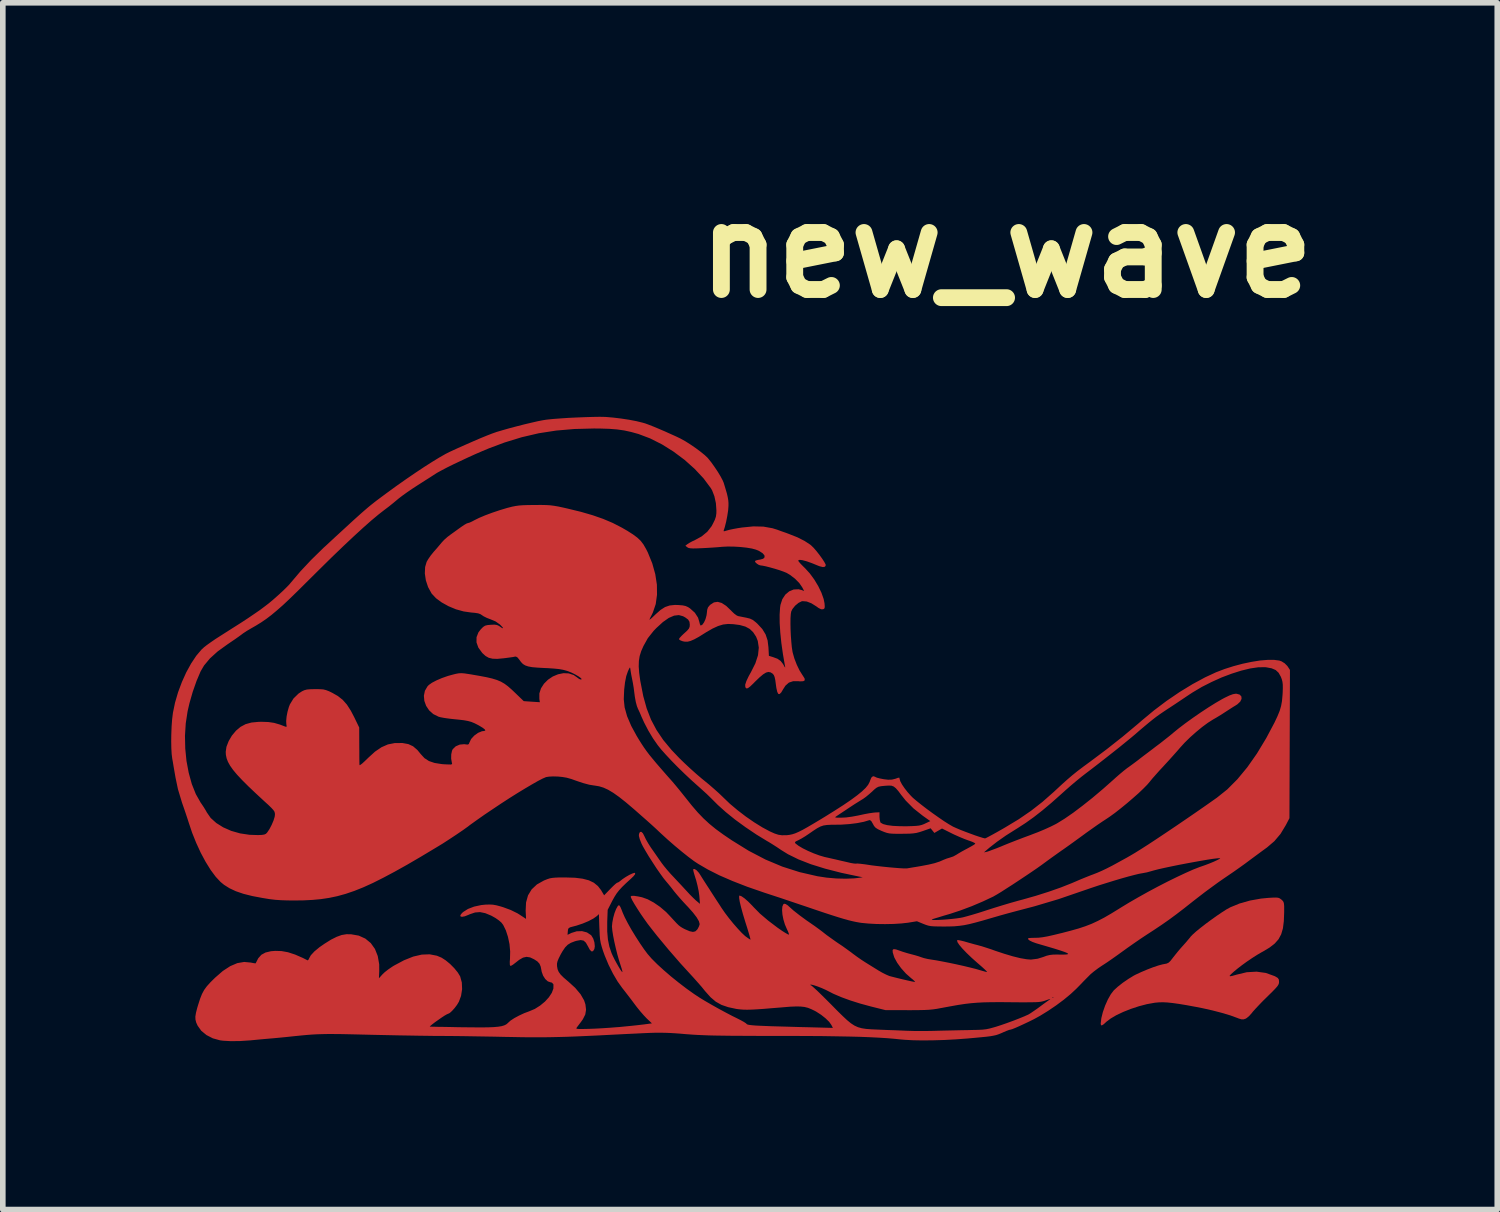
<source format=kicad_pcb>
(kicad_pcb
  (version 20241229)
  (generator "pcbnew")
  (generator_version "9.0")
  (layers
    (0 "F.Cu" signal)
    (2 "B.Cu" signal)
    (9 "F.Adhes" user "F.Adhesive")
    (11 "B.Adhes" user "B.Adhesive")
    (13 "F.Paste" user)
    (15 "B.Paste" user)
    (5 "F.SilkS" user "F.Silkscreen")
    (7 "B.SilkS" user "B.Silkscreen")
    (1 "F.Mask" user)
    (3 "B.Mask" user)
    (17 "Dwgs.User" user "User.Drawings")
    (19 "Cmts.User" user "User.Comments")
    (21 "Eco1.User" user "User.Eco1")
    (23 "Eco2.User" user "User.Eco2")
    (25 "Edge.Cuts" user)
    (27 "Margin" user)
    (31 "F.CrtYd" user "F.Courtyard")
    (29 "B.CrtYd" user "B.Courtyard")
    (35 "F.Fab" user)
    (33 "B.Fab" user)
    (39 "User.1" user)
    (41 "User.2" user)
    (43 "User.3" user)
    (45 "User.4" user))
  (footprint "new_wave"
    (layer "F.Cu")
    (at 9.881 11.418)
    (property "Reference" "new_wave" (at 5 -10 0) (layer "F.SilkS") (effects (font (size 1.524 1.524) (thickness 0.3))))
    (attr board_only exclude_from_pos_files exclude_from_bom)
    (fp_poly (pts (xy 9.836 1.524) (xy 9.862 1.533) (xy 9.885 1.549) (xy 9.897 1.558) (xy 9.919 1.579) (xy 9.933 1.6) (xy 9.941 1.628) (xy 9.945 1.672) (xy 9.945 1.74) (xy 9.945 1.785) (xy 9.939 1.941) (xy 9.923 2.069) (xy 9.892 2.175) (xy 9.845 2.263) (xy 9.777 2.34) (xy 9.686 2.411) (xy 9.568 2.482) (xy 9.545 2.494) (xy 9.468 2.539) (xy 9.38 2.595) (xy 9.288 2.657) (xy 9.198 2.722) (xy 9.116 2.785) (xy 9.047 2.842) (xy 8.996 2.888) (xy 8.972 2.917) (xy 8.981 2.923) (xy 9.018 2.917) (xy 9.082 2.899) (xy 9.095 2.895) (xy 9.279 2.851) (xy 9.454 2.841) (xy 9.619 2.864) (xy 9.774 2.92) (xy 9.788 2.927) (xy 9.831 2.953) (xy 9.85 2.981) (xy 9.854 3.021) (xy 9.852 3.046) (xy 9.843 3.071) (xy 9.824 3.101) (xy 9.79 3.14) (xy 9.739 3.193) (xy 9.667 3.264) (xy 9.643 3.288) (xy 9.566 3.363) (xy 9.495 3.437) (xy 9.433 3.503) (xy 9.387 3.554) (xy 9.371 3.575) (xy 9.327 3.625) (xy 9.281 3.665) (xy 9.256 3.68) (xy 9.22 3.691) (xy 9.184 3.69) (xy 9.136 3.676) (xy 9.111 3.666) (xy 8.988 3.621) (xy 8.838 3.576) (xy 8.669 3.532) (xy 8.492 3.492) (xy 8.38 3.47) (xy 8.212 3.439) (xy 8.074 3.416) (xy 7.96 3.4) (xy 7.865 3.39) (xy 7.784 3.386) (xy 7.712 3.388) (xy 7.644 3.394) (xy 7.632 3.396) (xy 7.499 3.42) (xy 7.358 3.457) (xy 7.215 3.504) (xy 7.079 3.558) (xy 6.956 3.616) (xy 6.854 3.676) (xy 6.78 3.732) (xy 6.73 3.778) (xy 6.698 3.798) (xy 6.682 3.794) (xy 6.677 3.768) (xy 6.677 3.763) (xy 6.688 3.67) (xy 6.715 3.562) (xy 6.755 3.447) (xy 6.804 3.337) (xy 6.858 3.242) (xy 6.91 3.174) (xy 6.98 3.11) (xy 7.07 3.039) (xy 7.169 2.971) (xy 7.264 2.913) (xy 7.3 2.894) (xy 7.399 2.848) (xy 7.505 2.803) (xy 7.609 2.763) (xy 7.704 2.731) (xy 7.779 2.711) (xy 7.805 2.706) (xy 7.852 2.697) (xy 7.886 2.681) (xy 7.918 2.651) (xy 7.958 2.6) (xy 7.962 2.594) (xy 8.013 2.53) (xy 8.074 2.455) (xy 8.133 2.388) (xy 8.133 2.388) (xy 8.187 2.328) (xy 8.237 2.269) (xy 8.275 2.223) (xy 8.278 2.218) (xy 8.316 2.179) (xy 8.377 2.124) (xy 8.456 2.06) (xy 8.547 1.989) (xy 8.645 1.917) (xy 8.743 1.847) (xy 8.836 1.784) (xy 8.917 1.732) (xy 8.983 1.696) (xy 8.984 1.695) (xy 9.15 1.627) (xy 9.337 1.574) (xy 9.534 1.539) (xy 9.659 1.527) (xy 9.742 1.522) (xy 9.799 1.521)) (stroke (width 0) (type solid)) (fill yes) (layer "F.Cu"))
    (fp_poly (pts (xy -2.152 -7.041) (xy -2.132 -7.04) (xy -2.005 -7.029) (xy -1.866 -7.012) (xy -1.727 -6.991) (xy -1.596 -6.966) (xy -1.485 -6.939) (xy -1.433 -6.924) (xy -1.374 -6.902) (xy -1.292 -6.87) (xy -1.194 -6.829) (xy -1.089 -6.784) (xy -0.985 -6.737) (xy -0.889 -6.694) (xy -0.81 -6.656) (xy -0.799 -6.65) (xy -0.72 -6.606) (xy -0.63 -6.549) (xy -0.538 -6.486) (xy -0.451 -6.421) (xy -0.377 -6.361) (xy -0.325 -6.312) (xy -0.32 -6.306) (xy -0.262 -6.234) (xy -0.202 -6.15) (xy -0.144 -6.063) (xy -0.094 -5.98) (xy -0.057 -5.91) (xy -0.039 -5.867) (xy -0.006 -5.758) (xy 0.018 -5.676) (xy 0.033 -5.611) (xy 0.042 -5.558) (xy 0.046 -5.508) (xy 0.046 -5.456) (xy 0.04 -5.377) (xy 0.025 -5.279) (xy 0.005 -5.176) (xy -0.019 -5.081) (xy -0.038 -5.021) (xy -0.041 -5.006) (xy -0.025 -5.005) (xy 0.015 -5.017) (xy 0.019 -5.018) (xy 0.063 -5.03) (xy 0.133 -5.045) (xy 0.216 -5.06) (xy 0.288 -5.071) (xy 0.489 -5.091) (xy 0.668 -5.087) (xy 0.83 -5.058) (xy 0.911 -5.033) (xy 0.987 -5.005) (xy 1.065 -4.978) (xy 1.121 -4.957) (xy 1.273 -4.897) (xy 1.401 -4.832) (xy 1.502 -4.766) (xy 1.521 -4.75) (xy 1.565 -4.707) (xy 1.615 -4.649) (xy 1.666 -4.584) (xy 1.713 -4.519) (xy 1.751 -4.461) (xy 1.775 -4.417) (xy 1.779 -4.399) (xy 1.766 -4.373) (xy 1.728 -4.366) (xy 1.668 -4.381) (xy 1.642 -4.391) (xy 1.532 -4.436) (xy 1.439 -4.469) (xy 1.364 -4.489) (xy 1.314 -4.495) (xy 1.29 -4.486) (xy 1.288 -4.48) (xy 1.3 -4.461) (xy 1.332 -4.424) (xy 1.379 -4.376) (xy 1.411 -4.345) (xy 1.494 -4.254) (xy 1.574 -4.145) (xy 1.645 -4.027) (xy 1.702 -3.909) (xy 1.741 -3.799) (xy 1.757 -3.721) (xy 1.761 -3.666) (xy 1.758 -3.635) (xy 1.744 -3.62) (xy 1.73 -3.615) (xy 1.696 -3.615) (xy 1.651 -3.637) (xy 1.611 -3.666) (xy 1.523 -3.721) (xy 1.44 -3.753) (xy 1.367 -3.759) (xy 1.351 -3.757) (xy 1.293 -3.728) (xy 1.233 -3.678) (xy 1.185 -3.618) (xy 1.164 -3.575) (xy 1.156 -3.529) (xy 1.151 -3.455) (xy 1.15 -3.361) (xy 1.152 -3.255) (xy 1.157 -3.145) (xy 1.165 -3.038) (xy 1.174 -2.941) (xy 1.186 -2.862) (xy 1.19 -2.843) (xy 1.22 -2.737) (xy 1.263 -2.626) (xy 1.313 -2.523) (xy 1.365 -2.44) (xy 1.37 -2.433) (xy 1.402 -2.382) (xy 1.405 -2.349) (xy 1.378 -2.333) (xy 1.32 -2.33) (xy 1.293 -2.333) (xy 1.197 -2.333) (xy 1.122 -2.308) (xy 1.061 -2.254) (xy 1.021 -2.192) (xy 0.985 -2.132) (xy 0.956 -2.104) (xy 0.933 -2.107) (xy 0.915 -2.143) (xy 0.899 -2.213) (xy 0.891 -2.27) (xy 0.88 -2.352) (xy 0.868 -2.407) (xy 0.854 -2.442) (xy 0.835 -2.465) (xy 0.832 -2.468) (xy 0.795 -2.491) (xy 0.757 -2.498) (xy 0.715 -2.487) (xy 0.663 -2.455) (xy 0.599 -2.401) (xy 0.518 -2.323) (xy 0.488 -2.292) (xy 0.431 -2.238) (xy 0.392 -2.209) (xy 0.366 -2.204) (xy 0.349 -2.222) (xy 0.346 -2.23) (xy 0.344 -2.272) (xy 0.365 -2.336) (xy 0.407 -2.424) (xy 0.446 -2.494) (xy 0.525 -2.651) (xy 0.572 -2.796) (xy 0.586 -2.93) (xy 0.568 -3.05) (xy 0.538 -3.126) (xy 0.486 -3.205) (xy 0.425 -3.264) (xy 0.347 -3.306) (xy 0.247 -3.334) (xy 0.133 -3.349) (xy 0.038 -3.353) (xy -0.05 -3.343) (xy -0.139 -3.316) (xy -0.237 -3.271) (xy -0.352 -3.205) (xy -0.377 -3.189) (xy -0.481 -3.124) (xy -0.563 -3.079) (xy -0.628 -3.051) (xy -0.682 -3.037) (xy -0.729 -3.037) (xy -0.767 -3.044) (xy -0.81 -3.06) (xy -0.834 -3.078) (xy -0.836 -3.084) (xy -0.823 -3.105) (xy -0.79 -3.141) (xy -0.744 -3.185) (xy -0.739 -3.189) (xy -0.688 -3.236) (xy -0.659 -3.271) (xy -0.646 -3.303) (xy -0.643 -3.34) (xy -0.649 -3.392) (xy -0.673 -3.431) (xy -0.721 -3.467) (xy -0.762 -3.49) (xy -0.838 -3.511) (xy -0.923 -3.501) (xy -1.018 -3.46) (xy -1.122 -3.387) (xy -1.238 -3.281) (xy -1.289 -3.228) (xy -1.391 -3.099) (xy -1.468 -2.961) (xy -1.509 -2.868) (xy -1.536 -2.782) (xy -1.55 -2.694) (xy -1.553 -2.597) (xy -1.545 -2.483) (xy -1.526 -2.345) (xy -1.52 -2.313) (xy -1.472 -2.067) (xy -1.411 -1.848) (xy -1.334 -1.649) (xy -1.236 -1.464) (xy -1.116 -1.286) (xy -0.968 -1.108) (xy -0.829 -0.962) (xy -0.736 -0.872) (xy -0.632 -0.775) (xy -0.527 -0.681) (xy -0.431 -0.599) (xy -0.388 -0.564) (xy -0.3 -0.492) (xy -0.209 -0.413) (xy -0.124 -0.337) (xy -0.056 -0.272) (xy -0.046 -0.262) (xy 0.072 -0.149) (xy 0.208 -0.035) (xy 0.354 0.077) (xy 0.503 0.18) (xy 0.648 0.27) (xy 0.782 0.342) (xy 0.867 0.38) (xy 0.934 0.402) (xy 0.997 0.411) (xy 1.075 0.41) (xy 1.086 0.41) (xy 1.134 0.404) (xy 1.182 0.394) (xy 1.235 0.377) (xy 1.295 0.351) (xy 1.367 0.315) (xy 1.456 0.265) (xy 1.565 0.201) (xy 1.699 0.121) (xy 1.736 0.098) (xy 1.745 0.093) (xy 1.948 0.093) (xy 1.965 0.097) (xy 2.009 0.098) (xy 2.057 0.098) (xy 2.141 0.094) (xy 2.244 0.08) (xy 2.353 0.06) (xy 2.376 0.055) (xy 2.464 0.036) (xy 2.548 0.02) (xy 2.618 0.01) (xy 2.652 0.006) (xy 2.736 0.002) (xy 2.736 0.084) (xy 2.741 0.138) (xy 2.752 0.179) (xy 2.758 0.188) (xy 2.801 0.212) (xy 2.874 0.231) (xy 2.975 0.244) (xy 3.098 0.25) (xy 3.219 0.251) (xy 3.319 0.248) (xy 3.391 0.244) (xy 3.445 0.238) (xy 3.489 0.227) (xy 3.529 0.212) (xy 3.548 0.203) (xy 3.641 0.159) (xy 3.506 0.063) (xy 3.342 -0.067) (xy 3.204 -0.206) (xy 3.127 -0.302) (xy 3.071 -0.377) (xy 3.027 -0.427) (xy 2.989 -0.457) (xy 2.949 -0.472) (xy 2.899 -0.474) (xy 2.834 -0.47) (xy 2.765 -0.463) (xy 2.718 -0.453) (xy 2.681 -0.434) (xy 2.639 -0.4) (xy 2.605 -0.367) (xy 2.549 -0.318) (xy 2.496 -0.274) (xy 2.456 -0.245) (xy 2.455 -0.244) (xy 2.37 -0.191) (xy 2.301 -0.148) (xy 2.235 -0.105) (xy 2.159 -0.055) (xy 2.151 -0.049) (xy 2.086 -0.006) (xy 2.027 0.033) (xy 1.984 0.062) (xy 1.975 0.068) (xy 1.953 0.083) (xy 1.948 0.093) (xy 1.745 0.093) (xy 1.928 -0.021) (xy 2.092 -0.126) (xy 2.227 -0.218) (xy 2.337 -0.299) (xy 2.424 -0.37) (xy 2.489 -0.432) (xy 2.534 -0.488) (xy 2.561 -0.539) (xy 2.568 -0.56) (xy 2.591 -0.616) (xy 2.621 -0.641) (xy 2.657 -0.631) (xy 2.667 -0.624) (xy 2.692 -0.614) (xy 2.741 -0.601) (xy 2.804 -0.589) (xy 2.806 -0.588) (xy 2.89 -0.578) (xy 2.957 -0.58) (xy 3.022 -0.596) (xy 3.065 -0.612) (xy 3.089 -0.615) (xy 3.096 -0.589) (xy 3.096 -0.586) (xy 3.108 -0.548) (xy 3.138 -0.492) (xy 3.183 -0.426) (xy 3.237 -0.357) (xy 3.295 -0.292) (xy 3.331 -0.256) (xy 3.397 -0.2) (xy 3.482 -0.132) (xy 3.581 -0.056) (xy 3.686 0.021) (xy 3.791 0.095) (xy 3.889 0.162) (xy 3.974 0.216) (xy 4.04 0.254) (xy 4.045 0.257) (xy 4.1 0.282) (xy 4.175 0.314) (xy 4.26 0.347) (xy 4.351 0.381) (xy 4.438 0.413) (xy 4.516 0.439) (xy 4.577 0.458) (xy 4.614 0.467) (xy 4.618 0.467) (xy 4.637 0.459) (xy 4.683 0.435) (xy 4.75 0.399) (xy 4.833 0.353) (xy 4.928 0.299) (xy 4.976 0.271) (xy 5.218 0.125) (xy 5.435 -0.024) (xy 5.639 -0.183) (xy 5.841 -0.361) (xy 5.87 -0.388) (xy 5.982 -0.492) (xy 6.079 -0.579) (xy 6.17 -0.657) (xy 6.263 -0.732) (xy 6.369 -0.812) (xy 6.493 -0.903) (xy 6.784 -1.121) (xy 7.07 -1.347) (xy 7.34 -1.573) (xy 7.414 -1.637) (xy 7.626 -1.813) (xy 7.85 -1.982) (xy 8.082 -2.14) (xy 8.313 -2.281) (xy 8.537 -2.402) (xy 8.731 -2.492) (xy 8.885 -2.551) (xy 9.046 -2.602) (xy 9.208 -2.645) (xy 9.366 -2.678) (xy 9.515 -2.702) (xy 9.651 -2.713) (xy 9.767 -2.713) (xy 9.859 -2.701) (xy 9.898 -2.687) (xy 9.954 -2.652) (xy 10.001 -2.605) (xy 10.008 -2.595) (xy 10.048 -2.534) (xy 10.039 0.107) (xy 9.975 0.23) (xy 9.88 0.387) (xy 9.77 0.517) (xy 9.64 0.628) (xy 9.636 0.631) (xy 9.57 0.679) (xy 9.487 0.74) (xy 9.399 0.805) (xy 9.326 0.859) (xy 9.247 0.918) (xy 9.148 0.989) (xy 9.04 1.065) (xy 8.933 1.138) (xy 8.88 1.174) (xy 8.779 1.244) (xy 8.662 1.329) (xy 8.537 1.421) (xy 8.416 1.514) (xy 8.318 1.59) (xy 8.164 1.712) (xy 8.027 1.817) (xy 7.897 1.913) (xy 7.767 2.004) (xy 7.625 2.099) (xy 7.488 2.188) (xy 7.387 2.255) (xy 7.272 2.334) (xy 7.158 2.414) (xy 7.065 2.481) (xy 6.975 2.546) (xy 6.879 2.614) (xy 6.789 2.676) (xy 6.714 2.725) (xy 6.707 2.729) (xy 6.632 2.78) (xy 6.557 2.836) (xy 6.496 2.887) (xy 6.478 2.905) (xy 6.433 2.95) (xy 6.372 3.012) (xy 6.304 3.083) (xy 6.241 3.147) (xy 6.142 3.239) (xy 6.02 3.34) (xy 5.883 3.442) (xy 5.74 3.539) (xy 5.599 3.626) (xy 5.49 3.686) (xy 5.399 3.731) (xy 5.308 3.774) (xy 5.224 3.813) (xy 5.153 3.844) (xy 5.1 3.865) (xy 5.072 3.873) (xy 5.071 3.873) (xy 5.045 3.879) (xy 4.997 3.897) (xy 4.938 3.922) (xy 4.937 3.923) (xy 4.893 3.942) (xy 4.853 3.958) (xy 4.813 3.971) (xy 4.768 3.981) (xy 4.712 3.991) (xy 4.641 4) (xy 4.549 4.009) (xy 4.433 4.02) (xy 4.299 4.032) (xy 4.097 4.047) (xy 3.893 4.058) (xy 3.694 4.064) (xy 3.506 4.066) (xy 3.336 4.063) (xy 3.19 4.055) (xy 3.118 4.049) (xy 3.001 4.037) (xy 2.872 4.026) (xy 2.729 4.017) (xy 2.57 4.009) (xy 2.393 4.002) (xy 2.194 3.997) (xy 1.972 3.993) (xy 1.724 3.989) (xy 1.447 3.987) (xy 1.139 3.986) (xy 0.937 3.986) (xy 0.678 3.986) (xy 0.451 3.985) (xy 0.253 3.984) (xy 0.08 3.983) (xy -0.07 3.981) (xy -0.201 3.979) (xy -0.315 3.976) (xy -0.416 3.972) (xy -0.507 3.968) (xy -0.592 3.963) (xy -0.673 3.957) (xy -0.704 3.955) (xy -0.818 3.945) (xy -0.916 3.938) (xy -1.003 3.933) (xy -1.085 3.93) (xy -1.167 3.929) (xy -1.255 3.929) (xy -1.355 3.932) (xy -1.472 3.937) (xy -1.613 3.944) (xy -1.782 3.952) (xy -1.801 3.953) (xy -2.059 3.966) (xy -2.287 3.978) (xy -2.488 3.987) (xy -2.667 3.995) (xy -2.828 4.001) (xy -2.975 4.005) (xy -3.114 4.008) (xy -3.248 4.01) (xy -3.382 4.01) (xy -3.519 4.01) (xy -3.665 4.008) (xy -3.823 4.005) (xy -3.941 4.003) (xy -4.119 3.999) (xy -4.302 3.996) (xy -4.485 3.993) (xy -4.66 3.99) (xy -4.82 3.988) (xy -4.96 3.987) (xy -5.072 3.986) (xy -5.084 3.986) (xy -5.185 3.986) (xy -5.315 3.984) (xy -5.469 3.982) (xy -5.641 3.979) (xy -5.825 3.976) (xy -6.015 3.972) (xy -6.206 3.968) (xy -6.342 3.965) (xy -6.545 3.96) (xy -6.719 3.956) (xy -6.867 3.953) (xy -6.993 3.952) (xy -7.103 3.952) (xy -7.201 3.954) (xy -7.292 3.957) (xy -7.38 3.962) (xy -7.471 3.969) (xy -7.567 3.978) (xy -7.676 3.989) (xy -7.752 3.997) (xy -7.848 4.007) (xy -7.96 4.018) (xy -8.068 4.028) (xy -8.103 4.031) (xy -8.208 4.04) (xy -8.328 4.051) (xy -8.44 4.062) (xy -8.472 4.065) (xy -8.655 4.077) (xy -8.819 4.079) (xy -8.959 4.071) (xy -9.012 4.064) (xy -9.139 4.029) (xy -9.252 3.971) (xy -9.345 3.895) (xy -9.41 3.804) (xy -9.411 3.802) (xy -9.436 3.747) (xy -9.449 3.695) (xy -9.451 3.641) (xy -9.44 3.574) (xy -9.418 3.487) (xy -9.4 3.428) (xy -9.366 3.322) (xy -9.333 3.239) (xy -9.295 3.168) (xy -9.247 3.102) (xy -9.183 3.031) (xy -9.101 2.95) (xy -8.962 2.829) (xy -8.83 2.743) (xy -8.704 2.689) (xy -8.581 2.668) (xy -8.463 2.679) (xy -8.414 2.689) (xy -8.383 2.693) (xy -8.377 2.693) (xy -8.331 2.603) (xy -8.275 2.54) (xy -8.201 2.5) (xy -8.105 2.477) (xy -8.03 2.471) (xy -7.917 2.474) (xy -7.801 2.495) (xy -7.675 2.536) (xy -7.533 2.598) (xy -7.451 2.64) (xy -7.437 2.63) (xy -7.427 2.609) (xy -7.394 2.549) (xy -7.33 2.48) (xy -7.238 2.404) (xy -7.151 2.344) (xy -7.033 2.27) (xy -6.933 2.22) (xy -6.844 2.188) (xy -6.759 2.174) (xy -6.677 2.175) (xy -6.54 2.199) (xy -6.423 2.252) (xy -6.326 2.332) (xy -6.252 2.436) (xy -6.202 2.562) (xy -6.176 2.709) (xy -6.175 2.832) (xy -6.181 2.959) (xy -6.119 2.89) (xy -6.076 2.849) (xy -6.013 2.8) (xy -5.941 2.751) (xy -5.914 2.734) (xy -5.734 2.638) (xy -5.569 2.572) (xy -5.417 2.537) (xy -5.277 2.532) (xy -5.148 2.557) (xy -5.065 2.592) (xy -4.992 2.639) (xy -4.913 2.704) (xy -4.838 2.78) (xy -4.776 2.856) (xy -4.734 2.925) (xy -4.733 2.928) (xy -4.704 3.034) (xy -4.699 3.153) (xy -4.718 3.273) (xy -4.756 3.376) (xy -4.79 3.433) (xy -4.834 3.491) (xy -4.879 3.541) (xy -4.92 3.578) (xy -4.949 3.592) (xy -4.95 3.592) (xy -4.971 3.601) (xy -5.011 3.624) (xy -5.063 3.658) (xy -5.12 3.698) (xy -5.177 3.738) (xy -5.226 3.775) (xy -5.261 3.804) (xy -5.275 3.819) (xy -5.274 3.821) (xy -5.256 3.821) (xy -5.206 3.822) (xy -5.131 3.824) (xy -5.033 3.825) (xy -4.917 3.827) (xy -4.787 3.83) (xy -4.719 3.831) (xy -4.53 3.833) (xy -4.373 3.834) (xy -4.244 3.833) (xy -4.141 3.829) (xy -4.059 3.822) (xy -3.996 3.812) (xy -3.949 3.798) (xy -3.914 3.781) (xy -3.888 3.76) (xy -3.88 3.752) (xy -3.837 3.713) (xy -3.768 3.668) (xy -3.684 3.623) (xy -3.594 3.581) (xy -3.506 3.548) (xy -3.404 3.505) (xy -3.309 3.445) (xy -3.223 3.374) (xy -3.153 3.297) (xy -3.101 3.218) (xy -3.073 3.142) (xy -3.072 3.074) (xy -3.074 3.064) (xy -3.1 3.036) (xy -3.126 3.03) (xy -3.172 3.014) (xy -3.218 2.972) (xy -3.256 2.913) (xy -3.281 2.844) (xy -3.284 2.828) (xy -3.299 2.751) (xy -3.321 2.699) (xy -3.009 2.699) (xy -3.008 2.741) (xy -3.008 2.744) (xy -2.998 2.799) (xy -2.978 2.846) (xy -2.944 2.893) (xy -2.891 2.946) (xy -2.813 3.013) (xy -2.809 3.016) (xy -2.684 3.13) (xy -2.589 3.243) (xy -2.526 3.352) (xy -2.502 3.425) (xy -2.491 3.519) (xy -2.505 3.604) (xy -2.548 3.689) (xy -2.578 3.732) (xy -2.615 3.781) (xy -2.646 3.822) (xy -2.657 3.837) (xy -2.664 3.849) (xy -2.659 3.857) (xy -2.639 3.861) (xy -2.597 3.863) (xy -2.531 3.862) (xy -2.438 3.86) (xy -2.329 3.856) (xy -2.2 3.849) (xy -2.065 3.84) (xy -1.938 3.83) (xy -1.907 3.828) (xy -1.795 3.817) (xy -1.682 3.806) (xy -1.579 3.795) (xy -1.495 3.785) (xy -1.467 3.782) (xy -1.318 3.762) (xy -1.412 3.673) (xy -1.463 3.619) (xy -1.525 3.548) (xy -1.588 3.47) (xy -1.622 3.425) (xy -1.684 3.342) (xy -1.753 3.252) (xy -1.818 3.168) (xy -1.845 3.134) (xy -1.928 3.018) (xy -2.011 2.877) (xy -2.09 2.719) (xy -2.159 2.554) (xy -2.19 2.468) (xy -2.213 2.394) (xy -2.23 2.33) (xy -2.241 2.266) (xy -2.248 2.192) (xy -2.252 2.096) (xy -2.254 2.059) (xy -2.262 1.816) (xy -2.299 1.851) (xy -2.361 1.895) (xy -2.448 1.941) (xy -2.551 1.984) (xy -2.662 2.021) (xy -2.723 2.037) (xy -2.775 2.051) (xy -2.802 2.067) (xy -2.813 2.093) (xy -2.816 2.122) (xy -2.821 2.185) (xy -2.751 2.151) (xy -2.658 2.122) (xy -2.563 2.119) (xy -2.475 2.142) (xy -2.403 2.19) (xy -2.395 2.199) (xy -2.363 2.252) (xy -2.342 2.32) (xy -2.335 2.389) (xy -2.343 2.438) (xy -2.367 2.476) (xy -2.393 2.481) (xy -2.424 2.451) (xy -2.457 2.39) (xy -2.494 2.325) (xy -2.534 2.288) (xy -2.587 2.278) (xy -2.659 2.291) (xy -2.688 2.299) (xy -2.761 2.327) (xy -2.817 2.361) (xy -2.864 2.409) (xy -2.911 2.478) (xy -2.943 2.534) (xy -2.979 2.606) (xy -3 2.657) (xy -3.009 2.699) (xy -3.321 2.699) (xy -3.322 2.698) (xy -3.359 2.658) (xy -3.416 2.621) (xy -3.488 2.587) (xy -3.552 2.577) (xy -3.614 2.591) (xy -3.683 2.631) (xy -3.748 2.682) (xy -3.792 2.716) (xy -3.826 2.736) (xy -3.841 2.738) (xy -3.849 2.715) (xy -3.85 2.665) (xy -3.846 2.609) (xy -3.843 2.482) (xy -3.855 2.35) (xy -3.882 2.222) (xy -3.92 2.105) (xy -3.967 2.009) (xy -3.999 1.967) (xy -4.041 1.93) (xy -4.102 1.887) (xy -4.171 1.848) (xy -4.18 1.843) (xy -4.287 1.799) (xy -4.38 1.78) (xy -4.469 1.787) (xy -4.564 1.819) (xy -4.581 1.827) (xy -4.651 1.855) (xy -4.701 1.864) (xy -4.728 1.857) (xy -4.73 1.834) (xy -4.702 1.798) (xy -4.68 1.778) (xy -4.595 1.724) (xy -4.485 1.682) (xy -4.36 1.655) (xy -4.283 1.647) (xy -4.21 1.645) (xy -4.15 1.648) (xy -4.088 1.659) (xy -4.013 1.679) (xy -3.967 1.693) (xy -3.832 1.743) (xy -3.714 1.801) (xy -3.677 1.824) (xy -3.56 1.901) (xy -3.567 1.755) (xy -3.56 1.608) (xy -3.525 1.482) (xy -3.46 1.375) (xy -3.366 1.287) (xy -3.243 1.218) (xy -3.231 1.213) (xy -3.181 1.193) (xy -3.138 1.179) (xy -3.093 1.171) (xy -3.039 1.166) (xy -2.968 1.163) (xy -2.87 1.163) (xy -2.855 1.163) (xy -2.688 1.168) (xy -2.552 1.185) (xy -2.441 1.214) (xy -2.352 1.257) (xy -2.28 1.316) (xy -2.222 1.391) (xy -2.215 1.404) (xy -2.169 1.481) (xy -2.061 1.369) (xy -2.011 1.319) (xy -1.969 1.28) (xy -1.942 1.259) (xy -1.936 1.257) (xy -1.91 1.246) (xy -1.886 1.228) (xy -1.839 1.191) (xy -1.782 1.153) (xy -1.723 1.119) (xy -1.67 1.094) (xy -1.632 1.081) (xy -1.618 1.083) (xy -1.617 1.104) (xy -1.645 1.14) (xy -1.687 1.181) (xy -1.779 1.265) (xy -1.85 1.334) (xy -1.904 1.393) (xy -1.947 1.449) (xy -1.984 1.507) (xy -2.022 1.575) (xy -2.025 1.581) (xy -2.106 1.74) (xy -2.114 1.955) (xy -2.114 2.124) (xy -2.102 2.267) (xy -2.076 2.395) (xy -2.037 2.51) (xy -2.013 2.564) (xy -1.981 2.628) (xy -1.945 2.694) (xy -1.909 2.757) (xy -1.878 2.808) (xy -1.854 2.841) (xy -1.843 2.849) (xy -1.845 2.831) (xy -1.856 2.789) (xy -1.872 2.739) (xy -1.902 2.645) (xy -1.933 2.537) (xy -1.962 2.421) (xy -1.988 2.306) (xy -2.009 2.2) (xy -2.023 2.11) (xy -2.029 2.044) (xy -2.03 2.038) (xy -2.023 1.964) (xy -2.007 1.881) (xy -1.984 1.798) (xy -1.956 1.726) (xy -1.928 1.676) (xy -1.921 1.667) (xy -1.907 1.658) (xy -1.894 1.665) (xy -1.878 1.692) (xy -1.856 1.744) (xy -1.838 1.791) (xy -1.802 1.872) (xy -1.749 1.975) (xy -1.684 2.091) (xy -1.61 2.212) (xy -1.533 2.332) (xy -1.457 2.443) (xy -1.395 2.526) (xy -1.322 2.61) (xy -1.224 2.708) (xy -1.107 2.815) (xy -0.977 2.927) (xy -0.839 3.038) (xy -0.699 3.145) (xy -0.561 3.243) (xy -0.467 3.305) (xy -0.375 3.361) (xy -0.261 3.427) (xy -0.135 3.498) (xy -0.009 3.566) (xy 0.109 3.628) (xy 0.194 3.67) (xy 0.263 3.705) (xy 0.321 3.737) (xy 0.359 3.762) (xy 0.369 3.773) (xy 0.377 3.779) (xy 0.393 3.785) (xy 0.419 3.79) (xy 0.46 3.795) (xy 0.516 3.8) (xy 0.591 3.804) (xy 0.686 3.808) (xy 0.806 3.813) (xy 0.951 3.817) (xy 1.125 3.822) (xy 1.33 3.828) (xy 1.461 3.831) (xy 1.906 3.843) (xy 1.878 3.789) (xy 1.839 3.734) (xy 1.775 3.672) (xy 1.697 3.61) (xy 1.612 3.555) (xy 1.587 3.541) (xy 1.521 3.509) (xy 1.461 3.485) (xy 1.4 3.47) (xy 1.331 3.462) (xy 1.248 3.461) (xy 1.144 3.465) (xy 1.013 3.476) (xy 0.989 3.478) (xy 0.815 3.492) (xy 0.672 3.504) (xy 0.556 3.512) (xy 0.46 3.517) (xy 0.383 3.519) (xy 0.318 3.518) (xy 0.261 3.514) (xy 0.209 3.508) (xy 0.187 3.505) (xy 0.042 3.474) (xy -0.078 3.433) (xy -0.18 3.376) (xy -0.273 3.297) (xy -0.366 3.193) (xy -0.373 3.185) (xy -0.431 3.113) (xy -0.466 3.073) (xy 1.503 3.073) (xy 1.507 3.082) (xy 1.514 3.083) (xy 1.532 3.095) (xy 1.57 3.129) (xy 1.627 3.181) (xy 1.697 3.249) (xy 1.779 3.33) (xy 1.868 3.419) (xy 1.873 3.424) (xy 1.986 3.539) (xy 2.08 3.631) (xy 2.158 3.704) (xy 2.226 3.76) (xy 2.289 3.801) (xy 2.352 3.83) (xy 2.42 3.849) (xy 2.498 3.861) (xy 2.59 3.868) (xy 2.703 3.873) (xy 2.771 3.876) (xy 2.893 3.881) (xy 3.015 3.885) (xy 3.128 3.89) (xy 3.224 3.894) (xy 3.289 3.896) (xy 3.362 3.898) (xy 3.46 3.898) (xy 3.575 3.898) (xy 3.697 3.896) (xy 3.798 3.893) (xy 3.927 3.89) (xy 4.064 3.887) (xy 4.198 3.884) (xy 4.318 3.882) (xy 4.386 3.88) (xy 4.491 3.878) (xy 4.572 3.874) (xy 4.639 3.866) (xy 4.702 3.853) (xy 4.774 3.833) (xy 4.812 3.822) (xy 4.905 3.792) (xy 5.011 3.755) (xy 5.12 3.715) (xy 5.223 3.675) (xy 5.314 3.638) (xy 5.381 3.608) (xy 5.395 3.601) (xy 5.429 3.58) (xy 5.482 3.544) (xy 5.547 3.499) (xy 5.592 3.466) (xy 5.658 3.417) (xy 5.716 3.375) (xy 5.759 3.345) (xy 5.775 3.334) (xy 5.778 3.328) (xy 5.753 3.334) (xy 5.705 3.35) (xy 5.703 3.351) (xy 5.672 3.362) (xy 5.642 3.37) (xy 5.609 3.377) (xy 5.568 3.382) (xy 5.515 3.385) (xy 5.446 3.386) (xy 5.355 3.387) (xy 5.24 3.387) (xy 5.095 3.386) (xy 5.047 3.385) (xy 4.87 3.384) (xy 4.72 3.385) (xy 4.591 3.388) (xy 4.476 3.394) (xy 4.366 3.403) (xy 4.256 3.416) (xy 4.137 3.434) (xy 4.002 3.458) (xy 3.845 3.487) (xy 3.833 3.489) (xy 3.759 3.503) (xy 3.689 3.513) (xy 3.617 3.52) (xy 3.535 3.524) (xy 3.436 3.526) (xy 3.313 3.527) (xy 3.237 3.527) (xy 2.842 3.526) (xy 2.578 3.46) (xy 2.391 3.409) (xy 2.214 3.353) (xy 2.074 3.302) (xy 5.817 3.302) (xy 5.826 3.311) (xy 5.834 3.302) (xy 5.826 3.293) (xy 5.817 3.302) (xy 2.074 3.302) (xy 2.053 3.294) (xy 1.915 3.235) (xy 1.841 3.197) (xy 1.778 3.165) (xy 1.708 3.134) (xy 1.637 3.106) (xy 1.574 3.085) (xy 1.527 3.073) (xy 1.503 3.073) (xy 1.503 3.073) (xy -0.466 3.073) (xy -0.503 3.031) (xy -0.575 2.95) (xy -0.607 2.915) (xy -0.81 2.693) (xy -1.02 2.451) (xy -1.225 2.204) (xy -1.329 2.072) (xy -1.394 1.988) (xy -1.459 1.897) (xy -1.523 1.804) (xy -1.581 1.714) (xy -1.631 1.634) (xy -1.669 1.568) (xy -1.691 1.521) (xy -1.696 1.503) (xy -1.681 1.491) (xy -1.636 1.49) (xy -1.56 1.502) (xy -1.494 1.516) (xy -1.395 1.551) (xy -1.285 1.61) (xy -1.173 1.687) (xy -1.066 1.778) (xy -0.998 1.849) (xy -0.93 1.923) (xy -0.88 1.977) (xy -0.841 2.015) (xy -0.806 2.042) (xy -0.77 2.064) (xy -0.726 2.087) (xy -0.725 2.087) (xy -0.645 2.121) (xy -0.587 2.133) (xy -0.544 2.123) (xy -0.511 2.091) (xy -0.502 2.078) (xy -0.479 2.033) (xy -0.468 1.998) (xy -0.467 1.994) (xy -0.481 1.942) (xy -0.522 1.872) (xy -0.589 1.785) (xy -0.679 1.684) (xy -0.693 1.67) (xy -0.761 1.597) (xy -0.829 1.521) (xy -0.888 1.452) (xy -0.924 1.408) (xy -0.974 1.343) (xy -1.027 1.278) (xy -1.066 1.232) (xy -1.113 1.174) (xy -1.172 1.092) (xy -1.239 0.996) (xy -1.307 0.891) (xy -1.374 0.787) (xy -1.432 0.69) (xy -1.479 0.608) (xy -1.503 0.56) (xy -1.535 0.48) (xy -1.55 0.423) (xy -1.548 0.388) (xy -1.531 0.353) (xy -1.506 0.35) (xy -1.478 0.377) (xy -1.449 0.434) (xy -1.449 0.434) (xy -1.425 0.484) (xy -1.386 0.552) (xy -1.34 0.625) (xy -1.314 0.662) (xy -1.261 0.738) (xy -1.207 0.816) (xy -1.16 0.883) (xy -1.144 0.906) (xy -1.102 0.961) (xy -1.045 1.03) (xy -0.981 1.103) (xy -0.943 1.143) (xy -0.873 1.218) (xy -0.796 1.3) (xy -0.726 1.376) (xy -0.698 1.406) (xy -0.641 1.468) (xy -0.584 1.525) (xy -0.537 1.57) (xy -0.524 1.581) (xy -0.462 1.633) (xy -0.473 1.492) (xy -0.485 1.407) (xy -0.506 1.307) (xy -0.531 1.209) (xy -0.538 1.188) (xy -0.56 1.117) (xy -0.576 1.06) (xy -0.583 1.025) (xy -0.583 1.016) (xy -0.558 1.012) (xy -0.522 1.035) (xy -0.481 1.08) (xy -0.46 1.112) (xy -0.43 1.16) (xy -0.387 1.228) (xy -0.336 1.307) (xy -0.283 1.388) (xy -0.283 1.389) (xy -0.227 1.476) (xy -0.168 1.567) (xy -0.114 1.649) (xy -0.077 1.707) (xy -0.016 1.795) (xy 0.056 1.89) (xy 0.134 1.986) (xy 0.212 2.075) (xy 0.283 2.151) (xy 0.342 2.206) (xy 0.354 2.215) (xy 0.398 2.247) (xy 0.429 2.267) (xy 0.439 2.27) (xy 0.435 2.253) (xy 0.423 2.207) (xy 0.403 2.139) (xy 0.377 2.053) (xy 0.347 1.959) (xy 0.303 1.814) (xy 0.27 1.693) (xy 0.247 1.598) (xy 0.236 1.531) (xy 0.236 1.493) (xy 0.244 1.485) (xy 0.28 1.499) (xy 0.333 1.536) (xy 0.398 1.593) (xy 0.47 1.666) (xy 0.49 1.688) (xy 0.607 1.807) (xy 0.753 1.931) (xy 0.919 2.057) (xy 1.004 2.116) (xy 1.058 2.15) (xy 1.1 2.174) (xy 1.122 2.182) (xy 1.124 2.182) (xy 1.121 2.163) (xy 1.106 2.123) (xy 1.087 2.084) (xy 1.051 2) (xy 1.024 1.91) (xy 1.007 1.823) (xy 1.001 1.745) (xy 1.006 1.681) (xy 1.023 1.641) (xy 1.037 1.631) (xy 1.064 1.636) (xy 1.103 1.661) (xy 1.118 1.675) (xy 1.202 1.75) (xy 1.31 1.835) (xy 1.434 1.926) (xy 1.508 1.977) (xy 1.583 2.029) (xy 1.66 2.085) (xy 1.725 2.134) (xy 1.741 2.147) (xy 1.796 2.19) (xy 1.87 2.243) (xy 1.95 2.3) (xy 1.995 2.331) (xy 2.076 2.385) (xy 2.158 2.444) (xy 2.231 2.497) (xy 2.262 2.521) (xy 2.334 2.574) (xy 2.413 2.629) (xy 2.473 2.668) (xy 2.54 2.71) (xy 2.621 2.76) (xy 2.7 2.809) (xy 2.714 2.818) (xy 2.785 2.859) (xy 2.855 2.894) (xy 2.911 2.918) (xy 2.925 2.922) (xy 3.034 2.95) (xy 3.137 2.975) (xy 3.227 2.996) (xy 3.299 3.012) (xy 3.349 3.022) (xy 3.371 3.024) (xy 3.371 3.024) (xy 3.362 3.011) (xy 3.332 2.983) (xy 3.301 2.958) (xy 3.207 2.875) (xy 3.122 2.78) (xy 3.051 2.682) (xy 3.001 2.59) (xy 2.993 2.567) (xy 2.972 2.497) (xy 2.97 2.455) (xy 2.989 2.439) (xy 3.031 2.445) (xy 3.083 2.463) (xy 3.151 2.487) (xy 3.233 2.512) (xy 3.296 2.529) (xy 3.368 2.548) (xy 3.435 2.568) (xy 3.48 2.584) (xy 3.53 2.6) (xy 3.599 2.616) (xy 3.666 2.627) (xy 3.75 2.64) (xy 3.857 2.66) (xy 3.979 2.684) (xy 4.107 2.711) (xy 4.233 2.739) (xy 4.349 2.767) (xy 4.446 2.791) (xy 4.517 2.812) (xy 4.58 2.83) (xy 4.627 2.843) (xy 4.653 2.847) (xy 4.654 2.847) (xy 4.644 2.834) (xy 4.612 2.802) (xy 4.563 2.757) (xy 4.501 2.703) (xy 4.488 2.692) (xy 4.381 2.597) (xy 4.289 2.509) (xy 4.214 2.431) (xy 4.159 2.366) (xy 4.126 2.317) (xy 4.118 2.286) (xy 4.121 2.28) (xy 4.142 2.279) (xy 4.188 2.288) (xy 4.249 2.303) (xy 4.268 2.309) (xy 4.349 2.332) (xy 4.432 2.355) (xy 4.499 2.372) (xy 4.5 2.373) (xy 4.556 2.388) (xy 4.634 2.413) (xy 4.723 2.442) (xy 4.798 2.469) (xy 4.961 2.523) (xy 5.112 2.568) (xy 5.246 2.601) (xy 5.358 2.62) (xy 5.433 2.626) (xy 5.552 2.611) (xy 5.652 2.58) (xy 5.715 2.557) (xy 5.77 2.544) (xy 5.83 2.537) (xy 5.906 2.536) (xy 5.949 2.537) (xy 6.016 2.537) (xy 6.064 2.535) (xy 6.092 2.53) (xy 6.096 2.522) (xy 6.077 2.508) (xy 6.031 2.489) (xy 5.958 2.464) (xy 5.857 2.432) (xy 5.725 2.393) (xy 5.561 2.345) (xy 5.527 2.335) (xy 5.463 2.312) (xy 5.413 2.288) (xy 5.384 2.264) (xy 5.383 2.247) (xy 5.405 2.242) (xy 5.451 2.239) (xy 5.513 2.238) (xy 5.514 2.238) (xy 5.572 2.236) (xy 5.641 2.228) (xy 5.726 2.213) (xy 5.834 2.189) (xy 5.969 2.156) (xy 5.979 2.154) (xy 6.143 2.111) (xy 6.282 2.072) (xy 6.403 2.032) (xy 6.514 1.989) (xy 6.622 1.939) (xy 6.736 1.88) (xy 6.862 1.807) (xy 7.007 1.718) (xy 7.037 1.699) (xy 7.187 1.608) (xy 7.35 1.514) (xy 7.522 1.418) (xy 7.696 1.325) (xy 7.869 1.236) (xy 8.034 1.155) (xy 8.187 1.083) (xy 8.322 1.023) (xy 8.434 0.979) (xy 8.466 0.968) (xy 8.543 0.941) (xy 8.619 0.912) (xy 8.689 0.883) (xy 8.747 0.856) (xy 8.788 0.835) (xy 8.806 0.822) (xy 8.801 0.819) (xy 8.754 0.822) (xy 8.678 0.831) (xy 8.579 0.846) (xy 8.463 0.866) (xy 8.334 0.889) (xy 8.199 0.914) (xy 8.063 0.94) (xy 7.931 0.967) (xy 7.809 0.993) (xy 7.703 1.017) (xy 7.618 1.039) (xy 7.569 1.053) (xy 7.5 1.072) (xy 7.426 1.086) (xy 7.414 1.088) (xy 7.359 1.098) (xy 7.277 1.118) (xy 7.173 1.145) (xy 7.052 1.179) (xy 6.921 1.218) (xy 6.785 1.26) (xy 6.65 1.302) (xy 6.521 1.345) (xy 6.404 1.385) (xy 6.366 1.398) (xy 5.926 1.549) (xy 5.496 1.677) (xy 5.291 1.731) (xy 5.173 1.762) (xy 5.035 1.799) (xy 4.894 1.838) (xy 4.763 1.876) (xy 4.725 1.887) (xy 4.571 1.932) (xy 4.443 1.967) (xy 4.336 1.994) (xy 4.243 2.013) (xy 4.156 2.025) (xy 4.07 2.033) (xy 3.978 2.036) (xy 3.886 2.037) (xy 3.784 2.036) (xy 3.708 2.034) (xy 3.652 2.03) (xy 3.606 2.021) (xy 3.564 2.008) (xy 3.517 1.99) (xy 3.403 1.943) (xy 3.245 1.969) (xy 3.129 1.982) (xy 2.989 1.991) (xy 2.837 1.994) (xy 2.683 1.992) (xy 2.538 1.984) (xy 2.413 1.972) (xy 2.375 1.966) (xy 2.314 1.955) (xy 2.25 1.941) (xy 2.181 1.924) (xy 2.151 1.915) (xy 3.666 1.915) (xy 3.687 1.92) (xy 3.731 1.921) (xy 3.793 1.919) (xy 3.868 1.915) (xy 3.949 1.909) (xy 4.032 1.901) (xy 4.11 1.892) (xy 4.178 1.882) (xy 4.22 1.874) (xy 4.288 1.856) (xy 4.38 1.83) (xy 4.487 1.798) (xy 4.597 1.763) (xy 4.661 1.742) (xy 4.78 1.704) (xy 4.92 1.661) (xy 5.067 1.617) (xy 5.209 1.577) (xy 5.288 1.556) (xy 5.524 1.489) (xy 5.754 1.416) (xy 5.97 1.34) (xy 6.162 1.264) (xy 6.23 1.235) (xy 6.311 1.2) (xy 6.409 1.16) (xy 6.507 1.121) (xy 6.543 1.108) (xy 6.619 1.078) (xy 6.697 1.044) (xy 6.783 1.003) (xy 6.883 0.952) (xy 7 0.888) (xy 7.14 0.811) (xy 7.208 0.772) (xy 7.289 0.724) (xy 7.395 0.658) (xy 7.523 0.576) (xy 7.669 0.48) (xy 7.831 0.372) (xy 8.005 0.255) (xy 8.187 0.131) (xy 8.375 0.002) (xy 8.565 -0.13) (xy 8.748 -0.259) (xy 8.932 -0.406) (xy 9.112 -0.587) (xy 9.289 -0.801) (xy 9.46 -1.045) (xy 9.625 -1.318) (xy 9.772 -1.595) (xy 9.826 -1.71) (xy 9.865 -1.805) (xy 9.89 -1.891) (xy 9.906 -1.979) (xy 9.915 -2.079) (xy 9.918 -2.122) (xy 9.921 -2.211) (xy 9.92 -2.275) (xy 9.914 -2.324) (xy 9.903 -2.367) (xy 9.886 -2.412) (xy 9.846 -2.483) (xy 9.794 -2.532) (xy 9.721 -2.563) (xy 9.623 -2.581) (xy 9.601 -2.583) (xy 9.481 -2.581) (xy 9.339 -2.56) (xy 9.179 -2.521) (xy 9.009 -2.467) (xy 8.831 -2.4) (xy 8.654 -2.32) (xy 8.48 -2.232) (xy 8.317 -2.135) (xy 8.261 -2.099) (xy 8.188 -2.05) (xy 8.097 -1.989) (xy 7.997 -1.922) (xy 7.9 -1.858) (xy 7.879 -1.845) (xy 7.798 -1.791) (xy 7.729 -1.744) (xy 7.666 -1.699) (xy 7.604 -1.651) (xy 7.536 -1.596) (xy 7.457 -1.53) (xy 7.36 -1.448) (xy 7.296 -1.392) (xy 7.221 -1.329) (xy 7.123 -1.249) (xy 7.01 -1.157) (xy 6.885 -1.058) (xy 6.755 -0.956) (xy 6.626 -0.855) (xy 6.504 -0.761) (xy 6.396 -0.679) (xy 6.327 -0.625) (xy 6.24 -0.554) (xy 6.144 -0.473) (xy 6.047 -0.388) (xy 5.976 -0.324) (xy 5.797 -0.165) (xy 5.635 -0.029) (xy 5.484 0.089) (xy 5.338 0.193) (xy 5.193 0.287) (xy 5.159 0.308) (xy 4.988 0.416) (xy 4.831 0.526) (xy 4.695 0.632) (xy 4.65 0.67) (xy 4.597 0.716) (xy 4.65 0.705) (xy 4.685 0.694) (xy 4.744 0.672) (xy 4.822 0.643) (xy 4.909 0.608) (xy 4.939 0.595) (xy 5.045 0.552) (xy 5.17 0.503) (xy 5.301 0.453) (xy 5.423 0.408) (xy 5.451 0.397) (xy 5.561 0.355) (xy 5.676 0.307) (xy 5.784 0.258) (xy 5.874 0.213) (xy 5.901 0.198) (xy 6.034 0.116) (xy 6.186 0.011) (xy 6.353 -0.115) (xy 6.533 -0.258) (xy 6.72 -0.416) (xy 6.912 -0.586) (xy 6.947 -0.618) (xy 7.016 -0.678) (xy 7.089 -0.739) (xy 7.153 -0.789) (xy 7.167 -0.798) (xy 7.233 -0.846) (xy 7.302 -0.897) (xy 7.344 -0.929) (xy 7.386 -0.962) (xy 7.449 -1.01) (xy 7.526 -1.068) (xy 7.609 -1.131) (xy 7.649 -1.162) (xy 7.736 -1.227) (xy 7.821 -1.294) (xy 7.897 -1.354) (xy 7.956 -1.402) (xy 7.974 -1.418) (xy 8.07 -1.496) (xy 8.187 -1.585) (xy 8.319 -1.68) (xy 8.458 -1.776) (xy 8.596 -1.867) (xy 8.726 -1.948) (xy 8.84 -2.014) (xy 8.885 -2.038) (xy 8.97 -2.079) (xy 9.033 -2.102) (xy 9.081 -2.11) (xy 9.096 -2.11) (xy 9.153 -2.094) (xy 9.183 -2.061) (xy 9.186 -2.018) (xy 9.162 -1.969) (xy 9.112 -1.922) (xy 9.088 -1.906) (xy 9.032 -1.872) (xy 8.962 -1.827) (xy 8.894 -1.783) (xy 8.82 -1.735) (xy 8.739 -1.686) (xy 8.675 -1.649) (xy 8.587 -1.593) (xy 8.485 -1.518) (xy 8.377 -1.429) (xy 8.27 -1.334) (xy 8.173 -1.239) (xy 8.099 -1.158) (xy 8.042 -1.092) (xy 7.969 -1.01) (xy 7.888 -0.92) (xy 7.809 -0.834) (xy 7.791 -0.814) (xy 7.721 -0.739) (xy 7.657 -0.667) (xy 7.602 -0.605) (xy 7.564 -0.559) (xy 7.553 -0.545) (xy 7.506 -0.49) (xy 7.436 -0.419) (xy 7.349 -0.336) (xy 7.249 -0.248) (xy 7.143 -0.157) (xy 7.035 -0.069) (xy 6.932 0.012) (xy 6.838 0.08) (xy 6.777 0.121) (xy 6.705 0.168) (xy 6.615 0.229) (xy 6.516 0.299) (xy 6.416 0.37) (xy 6.37 0.404) (xy 6.275 0.473) (xy 6.177 0.544) (xy 6.085 0.61) (xy 6.006 0.666) (xy 5.975 0.687) (xy 5.892 0.746) (xy 5.801 0.811) (xy 5.717 0.872) (xy 5.694 0.889) (xy 5.626 0.939) (xy 5.54 1) (xy 5.439 1.069) (xy 5.329 1.143) (xy 5.216 1.218) (xy 5.104 1.292) (xy 4.999 1.359) (xy 4.906 1.419) (xy 4.83 1.465) (xy 4.776 1.496) (xy 4.766 1.502) (xy 4.579 1.59) (xy 4.379 1.675) (xy 4.179 1.75) (xy 3.994 1.811) (xy 3.974 1.817) (xy 3.881 1.844) (xy 3.797 1.87) (xy 3.73 1.89) (xy 3.685 1.904) (xy 3.675 1.908) (xy 3.666 1.915) (xy 2.151 1.915) (xy 2.102 1.902) (xy 2.009 1.874) (xy 1.898 1.839) (xy 1.766 1.796) (xy 1.608 1.743) (xy 1.429 1.682) (xy 1.286 1.634) (xy 1.129 1.581) (xy 0.969 1.527) (xy 0.816 1.477) (xy 0.682 1.433) (xy 0.659 1.425) (xy 0.376 1.327) (xy 0.117 1.226) (xy -0.116 1.125) (xy -0.32 1.022) (xy -0.493 0.921) (xy -0.566 0.873) (xy -0.669 0.796) (xy -0.788 0.701) (xy -0.914 0.596) (xy -1.04 0.486) (xy -1.156 0.38) (xy -1.187 0.351) (xy -1.246 0.295) (xy -1.325 0.223) (xy -1.418 0.14) (xy -1.518 0.052) (xy -1.618 -0.036) (xy -1.642 -0.057) (xy -1.781 -0.175) (xy -1.901 -0.27) (xy -2.005 -0.344) (xy -2.097 -0.399) (xy -2.18 -0.437) (xy -2.259 -0.461) (xy -2.337 -0.474) (xy -2.346 -0.475) (xy -2.433 -0.489) (xy -2.542 -0.518) (xy -2.653 -0.555) (xy -2.754 -0.591) (xy -2.836 -0.614) (xy -2.912 -0.627) (xy -2.994 -0.635) (xy -2.998 -0.635) (xy -3.082 -0.637) (xy -3.153 -0.633) (xy -3.203 -0.625) (xy -3.206 -0.624) (xy -3.266 -0.598) (xy -3.351 -0.554) (xy -3.456 -0.494) (xy -3.578 -0.422) (xy -3.713 -0.34) (xy -3.856 -0.25) (xy -4.004 -0.154) (xy -4.152 -0.055) (xy -4.298 0.043) (xy -4.436 0.14) (xy -4.563 0.231) (xy -4.592 0.254) (xy -4.684 0.32) (xy -4.797 0.397) (xy -4.921 0.479) (xy -5.046 0.56) (xy -5.163 0.631) (xy -5.433 0.793) (xy -5.678 0.936) (xy -5.9 1.06) (xy -6.103 1.168) (xy -6.288 1.261) (xy -6.46 1.339) (xy -6.62 1.403) (xy -6.773 1.455) (xy -6.921 1.496) (xy -7.068 1.527) (xy -7.215 1.549) (xy -7.366 1.563) (xy -7.525 1.571) (xy -7.676 1.573) (xy -7.813 1.572) (xy -7.927 1.568) (xy -8.028 1.561) (xy -8.129 1.549) (xy -8.239 1.531) (xy -8.246 1.53) (xy -8.437 1.494) (xy -8.596 1.454) (xy -8.73 1.408) (xy -8.843 1.355) (xy -8.94 1.294) (xy -9.002 1.243) (xy -9.088 1.151) (xy -9.178 1.03) (xy -9.268 0.885) (xy -9.355 0.723) (xy -9.436 0.547) (xy -9.509 0.365) (xy -9.569 0.186) (xy -9.591 0.117) (xy -9.621 0.027) (xy -9.655 -0.073) (xy -9.688 -0.167) (xy -9.761 -0.409) (xy -9.804 -0.614) (xy -9.821 -0.712) (xy -9.838 -0.81) (xy -9.852 -0.895) (xy -9.863 -0.955) (xy -9.873 -1.035) (xy -9.879 -1.142) (xy -9.881 -1.265) (xy -9.88 -1.36) (xy -9.636 -1.36) (xy -9.631 -1.134) (xy -9.609 -0.912) (xy -9.569 -0.7) (xy -9.514 -0.501) (xy -9.443 -0.323) (xy -9.357 -0.171) (xy -9.34 -0.147) (xy -9.3 -0.087) (xy -9.261 -0.023) (xy -9.248 0.002) (xy -9.178 0.103) (xy -9.078 0.193) (xy -8.955 0.27) (xy -8.812 0.333) (xy -8.654 0.378) (xy -8.486 0.403) (xy -8.334 0.408) (xy -8.265 0.405) (xy -8.222 0.398) (xy -8.194 0.385) (xy -8.171 0.362) (xy -8.171 0.361) (xy -8.131 0.302) (xy -8.092 0.227) (xy -8.059 0.15) (xy -8.038 0.082) (xy -8.033 0.043) (xy -8.035 0.015) (xy -8.043 -0.011) (xy -8.062 -0.039) (xy -8.096 -0.076) (xy -8.148 -0.127) (xy -8.212 -0.185) (xy -8.372 -0.333) (xy -8.507 -0.461) (xy -8.618 -0.572) (xy -8.709 -0.669) (xy -8.779 -0.753) (xy -8.832 -0.828) (xy -8.87 -0.896) (xy -8.894 -0.959) (xy -8.907 -1.021) (xy -8.91 -1.075) (xy -8.897 -1.165) (xy -8.858 -1.265) (xy -8.801 -1.363) (xy -8.729 -1.449) (xy -8.729 -1.45) (xy -8.646 -1.52) (xy -8.556 -1.568) (xy -8.451 -1.597) (xy -8.324 -1.609) (xy -8.27 -1.61) (xy -8.152 -1.606) (xy -8.049 -1.591) (xy -7.946 -1.561) (xy -7.851 -1.525) (xy -7.829 -1.519) (xy -7.825 -1.535) (xy -7.83 -1.565) (xy -7.833 -1.623) (xy -7.826 -1.702) (xy -7.809 -1.79) (xy -7.785 -1.874) (xy -7.767 -1.92) (xy -7.703 -2.025) (xy -7.613 -2.113) (xy -7.55 -2.154) (xy -7.509 -2.173) (xy -7.463 -2.185) (xy -7.403 -2.19) (xy -7.318 -2.192) (xy -7.313 -2.192) (xy -7.232 -2.191) (xy -7.173 -2.187) (xy -7.124 -2.175) (xy -7.072 -2.155) (xy -7.014 -2.127) (xy -6.912 -2.069) (xy -6.826 -2.001) (xy -6.751 -1.916) (xy -6.681 -1.807) (xy -6.623 -1.696) (xy -6.532 -1.508) (xy -6.531 -1.183) (xy -6.53 -1.079) (xy -6.53 -0.986) (xy -6.529 -0.911) (xy -6.528 -0.859) (xy -6.526 -0.837) (xy -6.514 -0.841) (xy -6.481 -0.865) (xy -6.434 -0.908) (xy -6.377 -0.963) (xy -6.37 -0.97) (xy -6.25 -1.079) (xy -6.135 -1.157) (xy -6.021 -1.207) (xy -5.9 -1.231) (xy -5.767 -1.232) (xy -5.756 -1.231) (xy -5.657 -1.213) (xy -5.573 -1.174) (xy -5.496 -1.108) (xy -5.436 -1.035) (xy -5.37 -0.963) (xy -5.29 -0.911) (xy -5.19 -0.877) (xy -5.065 -0.857) (xy -5.016 -0.853) (xy -4.945 -0.85) (xy -4.902 -0.849) (xy -4.882 -0.854) (xy -4.877 -0.865) (xy -4.882 -0.883) (xy -4.894 -0.953) (xy -4.893 -1.028) (xy -4.879 -1.094) (xy -4.866 -1.122) (xy -4.813 -1.173) (xy -4.741 -1.204) (xy -4.662 -1.211) (xy -4.645 -1.209) (xy -4.601 -1.204) (xy -4.58 -1.213) (xy -4.569 -1.24) (xy -4.569 -1.24) (xy -4.538 -1.304) (xy -4.483 -1.364) (xy -4.415 -1.413) (xy -4.345 -1.442) (xy -4.31 -1.446) (xy -4.286 -1.453) (xy -4.293 -1.472) (xy -4.33 -1.502) (xy -4.396 -1.542) (xy -4.414 -1.552) (xy -4.477 -1.584) (xy -4.535 -1.608) (xy -4.597 -1.625) (xy -4.67 -1.638) (xy -4.765 -1.649) (xy -4.837 -1.656) (xy -4.927 -1.666) (xy -5.013 -1.678) (xy -5.083 -1.691) (xy -5.119 -1.701) (xy -5.212 -1.747) (xy -5.286 -1.813) (xy -5.34 -1.894) (xy -5.372 -1.983) (xy -5.38 -2.074) (xy -5.362 -2.162) (xy -5.316 -2.241) (xy -5.292 -2.266) (xy -5.237 -2.305) (xy -5.155 -2.348) (xy -5.057 -2.39) (xy -4.951 -2.427) (xy -4.875 -2.448) (xy -4.808 -2.465) (xy -4.757 -2.474) (xy -4.71 -2.476) (xy -4.657 -2.472) (xy -4.584 -2.461) (xy -4.551 -2.456) (xy -4.395 -2.429) (xy -4.267 -2.405) (xy -4.164 -2.381) (xy -4.079 -2.355) (xy -4.008 -2.325) (xy -3.944 -2.288) (xy -3.882 -2.242) (xy -3.817 -2.185) (xy -3.763 -2.134) (xy -3.601 -1.978) (xy -3.457 -1.968) (xy -3.314 -1.959) (xy -3.322 -2.01) (xy -1.819 -2.01) (xy -1.804 -1.867) (xy -1.76 -1.709) (xy -1.686 -1.536) (xy -1.589 -1.358) (xy -1.543 -1.282) (xy -1.5 -1.214) (xy -1.459 -1.152) (xy -1.415 -1.09) (xy -1.366 -1.025) (xy -1.308 -0.954) (xy -1.239 -0.871) (xy -1.155 -0.774) (xy -1.054 -0.658) (xy -0.951 -0.542) (xy -0.902 -0.484) (xy -0.839 -0.408) (xy -0.773 -0.326) (xy -0.721 -0.261) (xy -0.606 -0.117) (xy -0.502 0.004) (xy -0.4 0.11) (xy -0.295 0.207) (xy -0.18 0.301) (xy -0.047 0.398) (xy 0.105 0.501) (xy 0.407 0.688) (xy 0.706 0.844) (xy 1.006 0.97) (xy 1.313 1.068) (xy 1.63 1.141) (xy 1.794 1.166) (xy 1.966 1.181) (xy 2.134 1.185) (xy 2.286 1.179) (xy 2.35 1.172) (xy 2.438 1.159) (xy 2.376 1.148) (xy 2.055 1.08) (xy 1.767 1.006) (xy 1.513 0.927) (xy 1.293 0.841) (xy 1.106 0.749) (xy 0.983 0.673) (xy 0.909 0.623) (xy 0.823 0.568) (xy 0.771 0.536) (xy 1.23 0.536) (xy 1.236 0.553) (xy 1.243 0.56) (xy 1.294 0.599) (xy 1.37 0.644) (xy 1.463 0.69) (xy 1.565 0.734) (xy 1.666 0.771) (xy 1.758 0.798) (xy 1.771 0.801) (xy 1.817 0.811) (xy 1.873 0.824) (xy 1.945 0.84) (xy 2.038 0.862) (xy 2.157 0.889) (xy 2.224 0.905) (xy 2.276 0.914) (xy 2.313 0.917) (xy 2.323 0.916) (xy 2.345 0.915) (xy 2.393 0.919) (xy 2.461 0.927) (xy 2.51 0.934) (xy 2.594 0.947) (xy 2.692 0.959) (xy 2.799 0.971) (xy 2.907 0.982) (xy 3.01 0.991) (xy 3.1 0.998) (xy 3.172 1.002) (xy 3.219 1.002) (xy 3.229 1.001) (xy 3.259 0.996) (xy 3.317 0.986) (xy 3.392 0.974) (xy 3.474 0.96) (xy 3.611 0.934) (xy 3.72 0.908) (xy 3.808 0.879) (xy 3.884 0.846) (xy 3.935 0.826) (xy 3.991 0.809) (xy 4.05 0.789) (xy 4.105 0.759) (xy 4.145 0.734) (xy 4.205 0.699) (xy 4.275 0.661) (xy 4.298 0.649) (xy 4.36 0.615) (xy 4.41 0.586) (xy 4.439 0.566) (xy 4.443 0.561) (xy 4.43 0.548) (xy 4.391 0.529) (xy 4.334 0.508) (xy 4.321 0.504) (xy 4.248 0.477) (xy 4.159 0.44) (xy 4.067 0.399) (xy 4.022 0.377) (xy 3.85 0.291) (xy 3.782 0.33) (xy 3.714 0.37) (xy 3.68 0.328) (xy 3.647 0.287) (xy 3.508 0.336) (xy 3.446 0.356) (xy 3.392 0.37) (xy 3.335 0.378) (xy 3.268 0.383) (xy 3.179 0.384) (xy 3.131 0.385) (xy 3.034 0.385) (xy 2.962 0.383) (xy 2.909 0.378) (xy 2.865 0.368) (xy 2.821 0.353) (xy 2.774 0.334) (xy 2.709 0.304) (xy 2.668 0.278) (xy 2.64 0.247) (xy 2.618 0.207) (xy 2.59 0.159) (xy 2.566 0.141) (xy 2.555 0.142) (xy 2.459 0.171) (xy 2.337 0.195) (xy 2.2 0.212) (xy 2.055 0.222) (xy 1.976 0.223) (xy 1.876 0.224) (xy 1.8 0.228) (xy 1.739 0.237) (xy 1.685 0.255) (xy 1.628 0.285) (xy 1.56 0.329) (xy 1.479 0.385) (xy 1.412 0.43) (xy 1.346 0.47) (xy 1.293 0.498) (xy 1.289 0.5) (xy 1.245 0.521) (xy 1.23 0.536) (xy 0.771 0.536) (xy 0.742 0.519) (xy 0.741 0.519) (xy 0.543 0.398) (xy 0.35 0.268) (xy 0.166 0.134) (xy 0 0) (xy -0.144 -0.129) (xy -0.221 -0.206) (xy -0.272 -0.257) (xy -0.34 -0.323) (xy -0.419 -0.395) (xy -0.499 -0.467) (xy -0.511 -0.477) (xy -0.622 -0.577) (xy -0.739 -0.687) (xy -0.856 -0.801) (xy -0.967 -0.914) (xy -1.067 -1.021) (xy -1.152 -1.116) (xy -1.213 -1.192) (xy -1.298 -1.314) (xy -1.382 -1.454) (xy -1.456 -1.596) (xy -1.504 -1.702) (xy -1.529 -1.762) (xy -1.553 -1.814) (xy -1.566 -1.841) (xy -1.585 -1.889) (xy -1.605 -1.963) (xy -1.622 -2.056) (xy -1.634 -2.148) (xy -1.643 -2.218) (xy -1.657 -2.302) (xy -1.67 -2.368) (xy -1.684 -2.438) (xy -1.695 -2.501) (xy -1.701 -2.543) (xy -1.705 -2.571) (xy -1.711 -2.577) (xy -1.724 -2.556) (xy -1.746 -2.508) (xy -1.775 -2.424) (xy -1.797 -2.313) (xy -1.812 -2.183) (xy -1.818 -2.041) (xy -1.819 -2.01) (xy -3.322 -2.01) (xy -3.323 -2.018) (xy -3.323 -2.115) (xy -3.294 -2.206) (xy -3.241 -2.288) (xy -3.169 -2.36) (xy -3.084 -2.417) (xy -2.991 -2.456) (xy -2.894 -2.476) (xy -2.799 -2.472) (xy -2.712 -2.443) (xy -2.652 -2.401) (xy -2.614 -2.373) (xy -2.581 -2.362) (xy -2.577 -2.363) (xy -2.57 -2.373) (xy -2.59 -2.394) (xy -2.63 -2.422) (xy -2.684 -2.453) (xy -2.745 -2.484) (xy -2.809 -2.51) (xy -2.836 -2.519) (xy -2.898 -2.536) (xy -2.971 -2.549) (xy -3.061 -2.558) (xy -3.177 -2.566) (xy -3.232 -2.568) (xy -3.356 -2.575) (xy -3.45 -2.583) (xy -3.521 -2.596) (xy -3.574 -2.614) (xy -3.615 -2.639) (xy -3.649 -2.674) (xy -3.676 -2.711) (xy -3.711 -2.755) (xy -3.74 -2.772) (xy -3.759 -2.771) (xy -3.791 -2.764) (xy -3.848 -2.756) (xy -3.921 -2.746) (xy -3.963 -2.741) (xy -4.073 -2.731) (xy -4.157 -2.734) (xy -4.224 -2.75) (xy -4.281 -2.782) (xy -4.336 -2.832) (xy -4.343 -2.84) (xy -4.41 -2.932) (xy -4.443 -3.025) (xy -4.442 -3.117) (xy -4.408 -3.204) (xy -4.365 -3.259) (xy -4.325 -3.299) (xy -4.29 -3.322) (xy -4.246 -3.333) (xy -4.19 -3.338) (xy -4.124 -3.341) (xy -4.08 -3.335) (xy -4.044 -3.319) (xy -4.028 -3.308) (xy -3.987 -3.28) (xy -3.97 -3.277) (xy -3.978 -3.294) (xy -4.011 -3.329) (xy -4.027 -3.344) (xy -4.101 -3.397) (xy -4.191 -3.435) (xy -4.193 -3.436) (xy -4.257 -3.46) (xy -4.315 -3.489) (xy -4.342 -3.507) (xy -4.374 -3.528) (xy -4.414 -3.542) (xy -4.472 -3.551) (xy -4.54 -3.557) (xy -4.672 -3.576) (xy -4.809 -3.614) (xy -4.941 -3.669) (xy -5.062 -3.736) (xy -5.164 -3.811) (xy -5.239 -3.891) (xy -5.244 -3.898) (xy -5.305 -4.009) (xy -5.345 -4.13) (xy -5.363 -4.252) (xy -5.358 -4.367) (xy -5.331 -4.459) (xy -5.302 -4.509) (xy -5.259 -4.571) (xy -5.209 -4.633) (xy -5.204 -4.639) (xy -5.151 -4.699) (xy -5.1 -4.759) (xy -5.061 -4.806) (xy -5.059 -4.808) (xy -5.017 -4.853) (xy -4.959 -4.904) (xy -4.91 -4.941) (xy -4.839 -4.992) (xy -4.763 -5.047) (xy -4.717 -5.08) (xy -4.664 -5.116) (xy -4.621 -5.141) (xy -4.596 -5.15) (xy -4.567 -5.158) (xy -4.521 -5.179) (xy -4.48 -5.201) (xy -4.397 -5.242) (xy -4.288 -5.288) (xy -4.162 -5.335) (xy -4.028 -5.38) (xy -3.895 -5.42) (xy -3.879 -5.424) (xy -3.809 -5.442) (xy -3.748 -5.454) (xy -3.685 -5.463) (xy -3.614 -5.468) (xy -3.525 -5.471) (xy -3.409 -5.472) (xy -3.407 -5.472) (xy -3.295 -5.473) (xy -3.206 -5.471) (xy -3.133 -5.467) (xy -3.063 -5.458) (xy -2.986 -5.445) (xy -2.893 -5.425) (xy -2.819 -5.408) (xy -2.581 -5.35) (xy -2.371 -5.289) (xy -2.185 -5.224) (xy -2.015 -5.152) (xy -1.856 -5.07) (xy -1.757 -5.013) (xy -1.655 -4.948) (xy -1.577 -4.89) (xy -1.517 -4.833) (xy -1.468 -4.768) (xy -1.422 -4.688) (xy -1.391 -4.627) (xy -1.312 -4.433) (xy -1.258 -4.24) (xy -1.229 -4.052) (xy -1.227 -3.873) (xy -1.25 -3.707) (xy -1.3 -3.559) (xy -1.318 -3.521) (xy -1.343 -3.473) (xy -1.359 -3.438) (xy -1.362 -3.428) (xy -1.351 -3.434) (xy -1.32 -3.46) (xy -1.276 -3.502) (xy -1.251 -3.526) (xy -1.164 -3.603) (xy -1.084 -3.654) (xy -1.002 -3.682) (xy -0.908 -3.692) (xy -0.847 -3.69) (xy -0.772 -3.684) (xy -0.719 -3.673) (xy -0.674 -3.653) (xy -0.64 -3.631) (xy -0.553 -3.553) (xy -0.496 -3.465) (xy -0.474 -3.392) (xy -0.463 -3.349) (xy -0.451 -3.326) (xy -0.448 -3.324) (xy -0.419 -3.34) (xy -0.389 -3.382) (xy -0.363 -3.44) (xy -0.345 -3.506) (xy -0.34 -3.542) (xy -0.333 -3.606) (xy -0.319 -3.648) (xy -0.292 -3.681) (xy -0.277 -3.696) (xy -0.213 -3.737) (xy -0.147 -3.747) (xy -0.075 -3.727) (xy 0.005 -3.675) (xy 0.094 -3.59) (xy 0.103 -3.58) (xy 0.149 -3.536) (xy 0.193 -3.504) (xy 0.218 -3.493) (xy 0.259 -3.485) (xy 0.319 -3.473) (xy 0.365 -3.464) (xy 0.429 -3.448) (xy 0.48 -3.424) (xy 0.531 -3.384) (xy 0.56 -3.358) (xy 0.649 -3.262) (xy 0.708 -3.165) (xy 0.743 -3.059) (xy 0.758 -2.936) (xy 0.766 -2.785) (xy 0.838 -2.763) (xy 0.919 -2.733) (xy 0.975 -2.694) (xy 1.018 -2.639) (xy 1.025 -2.626) (xy 1.047 -2.587) (xy 1.056 -2.577) (xy 1.055 -2.595) (xy 1.051 -2.613) (xy 1.016 -2.816) (xy 0.988 -3.013) (xy 0.969 -3.199) (xy 0.958 -3.37) (xy 0.957 -3.519) (xy 0.965 -3.643) (xy 0.972 -3.693) (xy 1.005 -3.794) (xy 1.058 -3.875) (xy 1.128 -3.934) (xy 1.208 -3.967) (xy 1.295 -3.971) (xy 1.349 -3.957) (xy 1.394 -3.94) (xy 1.36 -4.005) (xy 1.307 -4.082) (xy 1.231 -4.159) (xy 1.142 -4.227) (xy 1.083 -4.262) (xy 1.03 -4.284) (xy 0.957 -4.31) (xy 0.873 -4.336) (xy 0.787 -4.36) (xy 0.709 -4.38) (xy 0.648 -4.392) (xy 0.621 -4.395) (xy 0.588 -4.404) (xy 0.553 -4.426) (xy 0.526 -4.451) (xy 0.518 -4.472) (xy 0.52 -4.476) (xy 0.545 -4.487) (xy 0.59 -4.497) (xy 0.608 -4.499) (xy 0.665 -4.515) (xy 0.69 -4.542) (xy 0.686 -4.576) (xy 0.654 -4.613) (xy 0.595 -4.651) (xy 0.535 -4.677) (xy 0.465 -4.696) (xy 0.37 -4.712) (xy 0.258 -4.724) (xy 0.141 -4.731) (xy 0.028 -4.732) (xy -0.072 -4.727) (xy -0.09 -4.725) (xy -0.149 -4.72) (xy -0.233 -4.714) (xy -0.329 -4.708) (xy -0.423 -4.703) (xy -0.521 -4.699) (xy -0.589 -4.698) (xy -0.635 -4.701) (xy -0.666 -4.707) (xy -0.686 -4.718) (xy -0.687 -4.719) (xy -0.722 -4.746) (xy -0.687 -4.774) (xy -0.651 -4.797) (xy -0.597 -4.826) (xy -0.561 -4.842) (xy -0.433 -4.912) (xy -0.332 -4.995) (xy -0.255 -5.094) (xy -0.232 -5.137) (xy -0.197 -5.208) (xy -0.178 -5.265) (xy -0.17 -5.323) (xy -0.169 -5.376) (xy -0.178 -5.504) (xy -0.205 -5.628) (xy -0.246 -5.734) (xy -0.269 -5.773) (xy -0.398 -5.946) (xy -0.556 -6.115) (xy -0.736 -6.276) (xy -0.933 -6.423) (xy -1.139 -6.552) (xy -1.349 -6.658) (xy -1.555 -6.736) (xy -1.562 -6.738) (xy -1.688 -6.773) (xy -1.811 -6.8) (xy -1.938 -6.818) (xy -2.079 -6.829) (xy -2.241 -6.834) (xy -2.351 -6.835) (xy -2.698 -6.826) (xy -3.023 -6.798) (xy -3.334 -6.75) (xy -3.638 -6.679) (xy -3.944 -6.585) (xy -4.222 -6.481) (xy -4.337 -6.433) (xy -4.464 -6.378) (xy -4.596 -6.318) (xy -4.728 -6.256) (xy -4.855 -6.196) (xy -4.97 -6.139) (xy -5.067 -6.088) (xy -5.142 -6.047) (xy -5.174 -6.027) (xy -5.211 -6.003) (xy -5.271 -5.964) (xy -5.347 -5.916) (xy -5.433 -5.861) (xy -5.488 -5.826) (xy -5.583 -5.764) (xy -5.677 -5.7) (xy -5.762 -5.639) (xy -5.83 -5.587) (xy -5.854 -5.567) (xy -5.926 -5.507) (xy -6.007 -5.442) (xy -6.08 -5.387) (xy -6.084 -5.384) (xy -6.188 -5.303) (xy -6.314 -5.198) (xy -6.461 -5.068) (xy -6.628 -4.915) (xy -6.815 -4.739) (xy -7.021 -4.541) (xy -7.243 -4.322) (xy -7.48 -4.087) (xy -7.635 -3.933) (xy -7.77 -3.802) (xy -7.889 -3.69) (xy -7.996 -3.596) (xy -8.093 -3.515) (xy -8.186 -3.444) (xy -8.278 -3.381) (xy -8.372 -3.323) (xy -8.463 -3.271) (xy -8.531 -3.231) (xy -8.598 -3.187) (xy -8.638 -3.157) (xy -8.682 -3.125) (xy -8.746 -3.08) (xy -8.821 -3.029) (xy -8.884 -2.986) (xy -9.053 -2.864) (xy -9.191 -2.739) (xy -9.296 -2.613) (xy -9.357 -2.509) (xy -9.43 -2.337) (xy -9.498 -2.143) (xy -9.556 -1.941) (xy -9.589 -1.798) (xy -9.622 -1.583) (xy -9.636 -1.36) (xy -9.88 -1.36) (xy -9.879 -1.398) (xy -9.874 -1.53) (xy -9.865 -1.652) (xy -9.852 -1.758) (xy -9.851 -1.768) (xy -9.813 -1.951) (xy -9.759 -2.136) (xy -9.691 -2.318) (xy -9.613 -2.491) (xy -9.526 -2.649) (xy -9.435 -2.786) (xy -9.341 -2.897) (xy -9.293 -2.941) (xy -9.245 -2.978) (xy -9.175 -3.028) (xy -9.092 -3.085) (xy -9.003 -3.142) (xy -8.973 -3.161) (xy -8.794 -3.275) (xy -8.641 -3.372) (xy -8.511 -3.457) (xy -8.401 -3.532) (xy -8.305 -3.598) (xy -8.222 -3.66) (xy -8.146 -3.718) (xy -8.075 -3.777) (xy -8.042 -3.806) (xy -7.963 -3.876) (xy -7.887 -3.946) (xy -7.822 -4.01) (xy -7.774 -4.06) (xy -7.761 -4.076) (xy -7.582 -4.287) (xy -7.386 -4.496) (xy -7.167 -4.71) (xy -7.127 -4.746) (xy -6.971 -4.891) (xy -6.837 -5.014) (xy -6.724 -5.118) (xy -6.628 -5.206) (xy -6.548 -5.278) (xy -6.481 -5.338) (xy -6.423 -5.388) (xy -6.373 -5.431) (xy -6.328 -5.468) (xy -6.285 -5.502) (xy -6.242 -5.536) (xy -6.216 -5.556) (xy -6.045 -5.683) (xy -5.872 -5.809) (xy -5.7 -5.93) (xy -5.532 -6.045) (xy -5.374 -6.15) (xy -5.228 -6.243) (xy -5.1 -6.321) (xy -4.991 -6.383) (xy -4.926 -6.416) (xy -4.785 -6.481) (xy -4.641 -6.545) (xy -4.502 -6.606) (xy -4.372 -6.662) (xy -4.257 -6.709) (xy -4.162 -6.746) (xy -4.093 -6.77) (xy -4.092 -6.771) (xy -3.98 -6.804) (xy -3.854 -6.84) (xy -3.721 -6.875) (xy -3.588 -6.909) (xy -3.461 -6.939) (xy -3.348 -6.965) (xy -3.255 -6.983) (xy -3.197 -6.992) (xy -3.084 -7.004) (xy -2.951 -7.014) (xy -2.805 -7.024) (xy -2.654 -7.031) (xy -2.505 -7.037) (xy -2.367 -7.041) (xy -2.247 -7.043)) (stroke (width 0) (type solid)) (fill yes) (layer "F.Cu"))
    (fp_poly (pts (xy 9.836 1.524) (xy 9.862 1.533) (xy 9.885 1.549) (xy 9.897 1.558) (xy 9.919 1.579) (xy 9.933 1.6) (xy 9.941 1.628) (xy 9.945 1.672) (xy 9.945 1.74) (xy 9.945 1.785) (xy 9.939 1.941) (xy 9.923 2.069) (xy 9.892 2.175) (xy 9.845 2.263) (xy 9.777 2.34) (xy 9.686 2.411) (xy 9.568 2.482) (xy 9.545 2.494) (xy 9.468 2.539) (xy 9.38 2.595) (xy 9.288 2.657) (xy 9.198 2.722) (xy 9.116 2.785) (xy 9.047 2.842) (xy 8.996 2.888) (xy 8.972 2.917) (xy 8.981 2.923) (xy 9.018 2.917) (xy 9.082 2.899) (xy 9.095 2.895) (xy 9.279 2.851) (xy 9.454 2.841) (xy 9.619 2.864) (xy 9.774 2.92) (xy 9.788 2.927) (xy 9.831 2.953) (xy 9.85 2.981) (xy 9.854 3.021) (xy 9.852 3.046) (xy 9.843 3.071) (xy 9.824 3.101) (xy 9.79 3.14) (xy 9.739 3.193) (xy 9.667 3.264) (xy 9.643 3.288) (xy 9.566 3.363) (xy 9.495 3.437) (xy 9.433 3.503) (xy 9.387 3.554) (xy 9.371 3.575) (xy 9.327 3.625) (xy 9.281 3.665) (xy 9.256 3.68) (xy 9.22 3.691) (xy 9.184 3.69) (xy 9.136 3.676) (xy 9.111 3.666) (xy 8.988 3.621) (xy 8.838 3.576) (xy 8.669 3.532) (xy 8.492 3.492) (xy 8.38 3.47) (xy 8.212 3.439) (xy 8.074 3.416) (xy 7.96 3.4) (xy 7.865 3.39) (xy 7.784 3.386) (xy 7.712 3.388) (xy 7.644 3.394) (xy 7.632 3.396) (xy 7.499 3.42) (xy 7.358 3.457) (xy 7.215 3.504) (xy 7.079 3.558) (xy 6.956 3.616) (xy 6.854 3.676) (xy 6.78 3.732) (xy 6.73 3.778) (xy 6.698 3.798) (xy 6.682 3.794) (xy 6.677 3.768) (xy 6.677 3.763) (xy 6.688 3.67) (xy 6.715 3.562) (xy 6.755 3.447) (xy 6.804 3.337) (xy 6.858 3.242) (xy 6.91 3.174) (xy 6.98 3.11) (xy 7.07 3.039) (xy 7.169 2.971) (xy 7.264 2.913) (xy 7.3 2.894) (xy 7.399 2.848) (xy 7.505 2.803) (xy 7.609 2.763) (xy 7.704 2.731) (xy 7.779 2.711) (xy 7.805 2.706) (xy 7.852 2.697) (xy 7.886 2.681) (xy 7.918 2.651) (xy 7.958 2.6) (xy 7.962 2.594) (xy 8.013 2.53) (xy 8.074 2.455) (xy 8.133 2.388) (xy 8.133 2.388) (xy 8.187 2.328) (xy 8.237 2.269) (xy 8.275 2.223) (xy 8.278 2.218) (xy 8.316 2.179) (xy 8.377 2.124) (xy 8.456 2.06) (xy 8.547 1.989) (xy 8.645 1.917) (xy 8.743 1.847) (xy 8.836 1.784) (xy 8.917 1.732) (xy 8.983 1.696) (xy 8.984 1.695) (xy 9.15 1.627) (xy 9.337 1.574) (xy 9.534 1.539) (xy 9.659 1.527) (xy 9.742 1.522) (xy 9.799 1.521)) (stroke (width 0) (type solid)) (fill yes) (layer "F.Mask"))
    (fp_poly (pts (xy -2.152 -7.041) (xy -2.132 -7.04) (xy -2.005 -7.029) (xy -1.866 -7.012) (xy -1.727 -6.991) (xy -1.596 -6.966) (xy -1.485 -6.939) (xy -1.433 -6.924) (xy -1.374 -6.902) (xy -1.292 -6.87) (xy -1.194 -6.829) (xy -1.089 -6.784) (xy -0.985 -6.737) (xy -0.889 -6.694) (xy -0.81 -6.656) (xy -0.799 -6.65) (xy -0.72 -6.606) (xy -0.63 -6.549) (xy -0.538 -6.486) (xy -0.451 -6.421) (xy -0.377 -6.361) (xy -0.325 -6.312) (xy -0.32 -6.306) (xy -0.262 -6.234) (xy -0.202 -6.15) (xy -0.144 -6.063) (xy -0.094 -5.98) (xy -0.057 -5.91) (xy -0.039 -5.867) (xy -0.006 -5.758) (xy 0.018 -5.676) (xy 0.033 -5.611) (xy 0.042 -5.558) (xy 0.046 -5.508) (xy 0.046 -5.456) (xy 0.04 -5.377) (xy 0.025 -5.279) (xy 0.005 -5.176) (xy -0.019 -5.081) (xy -0.038 -5.021) (xy -0.041 -5.006) (xy -0.025 -5.005) (xy 0.015 -5.017) (xy 0.019 -5.018) (xy 0.063 -5.03) (xy 0.133 -5.045) (xy 0.216 -5.06) (xy 0.288 -5.071) (xy 0.489 -5.091) (xy 0.668 -5.087) (xy 0.83 -5.058) (xy 0.911 -5.033) (xy 0.987 -5.005) (xy 1.065 -4.978) (xy 1.121 -4.957) (xy 1.273 -4.897) (xy 1.401 -4.832) (xy 1.502 -4.766) (xy 1.521 -4.75) (xy 1.565 -4.707) (xy 1.615 -4.649) (xy 1.666 -4.584) (xy 1.713 -4.519) (xy 1.751 -4.461) (xy 1.775 -4.417) (xy 1.779 -4.399) (xy 1.766 -4.373) (xy 1.728 -4.366) (xy 1.668 -4.381) (xy 1.642 -4.391) (xy 1.532 -4.436) (xy 1.439 -4.469) (xy 1.364 -4.489) (xy 1.314 -4.495) (xy 1.29 -4.486) (xy 1.288 -4.48) (xy 1.3 -4.461) (xy 1.332 -4.424) (xy 1.379 -4.376) (xy 1.411 -4.345) (xy 1.494 -4.254) (xy 1.574 -4.145) (xy 1.645 -4.027) (xy 1.702 -3.909) (xy 1.741 -3.799) (xy 1.757 -3.721) (xy 1.761 -3.666) (xy 1.758 -3.635) (xy 1.744 -3.62) (xy 1.73 -3.615) (xy 1.696 -3.615) (xy 1.651 -3.637) (xy 1.611 -3.666) (xy 1.523 -3.721) (xy 1.44 -3.753) (xy 1.367 -3.759) (xy 1.351 -3.757) (xy 1.293 -3.728) (xy 1.233 -3.678) (xy 1.185 -3.618) (xy 1.164 -3.575) (xy 1.156 -3.529) (xy 1.151 -3.455) (xy 1.15 -3.361) (xy 1.152 -3.255) (xy 1.157 -3.145) (xy 1.165 -3.038) (xy 1.174 -2.941) (xy 1.186 -2.862) (xy 1.19 -2.843) (xy 1.22 -2.737) (xy 1.263 -2.626) (xy 1.313 -2.523) (xy 1.365 -2.44) (xy 1.37 -2.433) (xy 1.402 -2.382) (xy 1.405 -2.349) (xy 1.378 -2.333) (xy 1.32 -2.33) (xy 1.293 -2.333) (xy 1.197 -2.333) (xy 1.122 -2.308) (xy 1.061 -2.254) (xy 1.021 -2.192) (xy 0.985 -2.132) (xy 0.956 -2.104) (xy 0.933 -2.107) (xy 0.915 -2.143) (xy 0.899 -2.213) (xy 0.891 -2.27) (xy 0.88 -2.352) (xy 0.868 -2.407) (xy 0.854 -2.442) (xy 0.835 -2.465) (xy 0.832 -2.468) (xy 0.795 -2.491) (xy 0.757 -2.498) (xy 0.715 -2.487) (xy 0.663 -2.455) (xy 0.599 -2.401) (xy 0.518 -2.323) (xy 0.488 -2.292) (xy 0.431 -2.238) (xy 0.392 -2.209) (xy 0.366 -2.204) (xy 0.349 -2.222) (xy 0.346 -2.23) (xy 0.344 -2.272) (xy 0.365 -2.336) (xy 0.407 -2.424) (xy 0.446 -2.494) (xy 0.525 -2.651) (xy 0.572 -2.796) (xy 0.586 -2.93) (xy 0.568 -3.05) (xy 0.538 -3.126) (xy 0.486 -3.205) (xy 0.425 -3.264) (xy 0.347 -3.306) (xy 0.247 -3.334) (xy 0.133 -3.349) (xy 0.038 -3.353) (xy -0.05 -3.343) (xy -0.139 -3.316) (xy -0.237 -3.271) (xy -0.352 -3.205) (xy -0.377 -3.189) (xy -0.481 -3.124) (xy -0.563 -3.079) (xy -0.628 -3.051) (xy -0.682 -3.037) (xy -0.729 -3.037) (xy -0.767 -3.044) (xy -0.81 -3.06) (xy -0.834 -3.078) (xy -0.836 -3.084) (xy -0.823 -3.105) (xy -0.79 -3.141) (xy -0.744 -3.185) (xy -0.739 -3.189) (xy -0.688 -3.236) (xy -0.659 -3.271) (xy -0.646 -3.303) (xy -0.643 -3.34) (xy -0.649 -3.392) (xy -0.673 -3.431) (xy -0.721 -3.467) (xy -0.762 -3.49) (xy -0.838 -3.511) (xy -0.923 -3.501) (xy -1.018 -3.46) (xy -1.122 -3.387) (xy -1.238 -3.281) (xy -1.289 -3.228) (xy -1.391 -3.099) (xy -1.468 -2.961) (xy -1.509 -2.868) (xy -1.536 -2.782) (xy -1.55 -2.694) (xy -1.553 -2.597) (xy -1.545 -2.483) (xy -1.526 -2.345) (xy -1.52 -2.313) (xy -1.472 -2.067) (xy -1.411 -1.848) (xy -1.334 -1.649) (xy -1.236 -1.464) (xy -1.116 -1.286) (xy -0.968 -1.108) (xy -0.829 -0.962) (xy -0.736 -0.872) (xy -0.632 -0.775) (xy -0.527 -0.681) (xy -0.431 -0.599) (xy -0.388 -0.564) (xy -0.3 -0.492) (xy -0.209 -0.413) (xy -0.124 -0.337) (xy -0.056 -0.272) (xy -0.046 -0.262) (xy 0.072 -0.149) (xy 0.208 -0.035) (xy 0.354 0.077) (xy 0.503 0.18) (xy 0.648 0.27) (xy 0.782 0.342) (xy 0.867 0.38) (xy 0.934 0.402) (xy 0.997 0.411) (xy 1.075 0.41) (xy 1.086 0.41) (xy 1.134 0.404) (xy 1.182 0.394) (xy 1.235 0.377) (xy 1.295 0.351) (xy 1.367 0.315) (xy 1.456 0.265) (xy 1.565 0.201) (xy 1.699 0.121) (xy 1.736 0.098) (xy 1.745 0.093) (xy 1.948 0.093) (xy 1.965 0.097) (xy 2.009 0.098) (xy 2.057 0.098) (xy 2.141 0.094) (xy 2.244 0.08) (xy 2.353 0.06) (xy 2.376 0.055) (xy 2.464 0.036) (xy 2.548 0.02) (xy 2.618 0.01) (xy 2.652 0.006) (xy 2.736 0.002) (xy 2.736 0.084) (xy 2.741 0.138) (xy 2.752 0.179) (xy 2.758 0.188) (xy 2.801 0.212) (xy 2.874 0.231) (xy 2.975 0.244) (xy 3.098 0.25) (xy 3.219 0.251) (xy 3.319 0.248) (xy 3.391 0.244) (xy 3.445 0.238) (xy 3.489 0.227) (xy 3.529 0.212) (xy 3.548 0.203) (xy 3.641 0.159) (xy 3.506 0.063) (xy 3.342 -0.067) (xy 3.204 -0.206) (xy 3.127 -0.302) (xy 3.071 -0.377) (xy 3.027 -0.427) (xy 2.989 -0.457) (xy 2.949 -0.472) (xy 2.899 -0.474) (xy 2.834 -0.47) (xy 2.765 -0.463) (xy 2.718 -0.453) (xy 2.681 -0.434) (xy 2.639 -0.4) (xy 2.605 -0.367) (xy 2.549 -0.318) (xy 2.496 -0.274) (xy 2.456 -0.245) (xy 2.455 -0.244) (xy 2.37 -0.191) (xy 2.301 -0.148) (xy 2.235 -0.105) (xy 2.159 -0.055) (xy 2.151 -0.049) (xy 2.086 -0.006) (xy 2.027 0.033) (xy 1.984 0.062) (xy 1.975 0.068) (xy 1.953 0.083) (xy 1.948 0.093) (xy 1.745 0.093) (xy 1.928 -0.021) (xy 2.092 -0.126) (xy 2.227 -0.218) (xy 2.337 -0.299) (xy 2.424 -0.37) (xy 2.489 -0.432) (xy 2.534 -0.488) (xy 2.561 -0.539) (xy 2.568 -0.56) (xy 2.591 -0.616) (xy 2.621 -0.641) (xy 2.657 -0.631) (xy 2.667 -0.624) (xy 2.692 -0.614) (xy 2.741 -0.601) (xy 2.804 -0.589) (xy 2.806 -0.588) (xy 2.89 -0.578) (xy 2.957 -0.58) (xy 3.022 -0.596) (xy 3.065 -0.612) (xy 3.089 -0.615) (xy 3.096 -0.589) (xy 3.096 -0.586) (xy 3.108 -0.548) (xy 3.138 -0.492) (xy 3.183 -0.426) (xy 3.237 -0.357) (xy 3.295 -0.292) (xy 3.331 -0.256) (xy 3.397 -0.2) (xy 3.482 -0.132) (xy 3.581 -0.056) (xy 3.686 0.021) (xy 3.791 0.095) (xy 3.889 0.162) (xy 3.974 0.216) (xy 4.04 0.254) (xy 4.045 0.257) (xy 4.1 0.282) (xy 4.175 0.314) (xy 4.26 0.347) (xy 4.351 0.381) (xy 4.438 0.413) (xy 4.516 0.439) (xy 4.577 0.458) (xy 4.614 0.467) (xy 4.618 0.467) (xy 4.637 0.459) (xy 4.683 0.435) (xy 4.75 0.399) (xy 4.833 0.353) (xy 4.928 0.299) (xy 4.976 0.271) (xy 5.218 0.125) (xy 5.435 -0.024) (xy 5.639 -0.183) (xy 5.841 -0.361) (xy 5.87 -0.388) (xy 5.982 -0.492) (xy 6.079 -0.579) (xy 6.17 -0.657) (xy 6.263 -0.732) (xy 6.369 -0.812) (xy 6.493 -0.903) (xy 6.784 -1.121) (xy 7.07 -1.347) (xy 7.34 -1.573) (xy 7.414 -1.637) (xy 7.626 -1.813) (xy 7.85 -1.982) (xy 8.082 -2.14) (xy 8.313 -2.281) (xy 8.537 -2.402) (xy 8.731 -2.492) (xy 8.885 -2.551) (xy 9.046 -2.602) (xy 9.208 -2.645) (xy 9.366 -2.678) (xy 9.515 -2.702) (xy 9.651 -2.713) (xy 9.767 -2.713) (xy 9.859 -2.701) (xy 9.898 -2.687) (xy 9.954 -2.652) (xy 10.001 -2.605) (xy 10.008 -2.595) (xy 10.048 -2.534) (xy 10.039 0.107) (xy 9.975 0.23) (xy 9.88 0.387) (xy 9.77 0.517) (xy 9.64 0.628) (xy 9.636 0.631) (xy 9.57 0.679) (xy 9.487 0.74) (xy 9.399 0.805) (xy 9.326 0.859) (xy 9.247 0.918) (xy 9.148 0.989) (xy 9.04 1.065) (xy 8.933 1.138) (xy 8.88 1.174) (xy 8.779 1.244) (xy 8.662 1.329) (xy 8.537 1.421) (xy 8.416 1.514) (xy 8.318 1.59) (xy 8.164 1.712) (xy 8.027 1.817) (xy 7.897 1.913) (xy 7.767 2.004) (xy 7.625 2.099) (xy 7.488 2.188) (xy 7.387 2.255) (xy 7.272 2.334) (xy 7.158 2.414) (xy 7.065 2.481) (xy 6.975 2.546) (xy 6.879 2.614) (xy 6.789 2.676) (xy 6.714 2.725) (xy 6.707 2.729) (xy 6.632 2.78) (xy 6.557 2.836) (xy 6.496 2.887) (xy 6.478 2.905) (xy 6.433 2.95) (xy 6.372 3.012) (xy 6.304 3.083) (xy 6.241 3.147) (xy 6.142 3.239) (xy 6.02 3.34) (xy 5.883 3.442) (xy 5.74 3.539) (xy 5.599 3.626) (xy 5.49 3.686) (xy 5.399 3.731) (xy 5.308 3.774) (xy 5.224 3.813) (xy 5.153 3.844) (xy 5.1 3.865) (xy 5.072 3.873) (xy 5.071 3.873) (xy 5.045 3.879) (xy 4.997 3.897) (xy 4.938 3.922) (xy 4.937 3.923) (xy 4.893 3.942) (xy 4.853 3.958) (xy 4.813 3.971) (xy 4.768 3.981) (xy 4.712 3.991) (xy 4.641 4) (xy 4.549 4.009) (xy 4.433 4.02) (xy 4.299 4.032) (xy 4.097 4.047) (xy 3.893 4.058) (xy 3.694 4.064) (xy 3.506 4.066) (xy 3.336 4.063) (xy 3.19 4.055) (xy 3.118 4.049) (xy 3.001 4.037) (xy 2.872 4.026) (xy 2.729 4.017) (xy 2.57 4.009) (xy 2.393 4.002) (xy 2.194 3.997) (xy 1.972 3.993) (xy 1.724 3.989) (xy 1.447 3.987) (xy 1.139 3.986) (xy 0.937 3.986) (xy 0.678 3.986) (xy 0.451 3.985) (xy 0.253 3.984) (xy 0.08 3.983) (xy -0.07 3.981) (xy -0.201 3.979) (xy -0.315 3.976) (xy -0.416 3.972) (xy -0.507 3.968) (xy -0.592 3.963) (xy -0.673 3.957) (xy -0.704 3.955) (xy -0.818 3.945) (xy -0.916 3.938) (xy -1.003 3.933) (xy -1.085 3.93) (xy -1.167 3.929) (xy -1.255 3.929) (xy -1.355 3.932) (xy -1.472 3.937) (xy -1.613 3.944) (xy -1.782 3.952) (xy -1.801 3.953) (xy -2.059 3.966) (xy -2.287 3.978) (xy -2.488 3.987) (xy -2.667 3.995) (xy -2.828 4.001) (xy -2.975 4.005) (xy -3.114 4.008) (xy -3.248 4.01) (xy -3.382 4.01) (xy -3.519 4.01) (xy -3.665 4.008) (xy -3.823 4.005) (xy -3.941 4.003) (xy -4.119 3.999) (xy -4.302 3.996) (xy -4.485 3.993) (xy -4.66 3.99) (xy -4.82 3.988) (xy -4.96 3.987) (xy -5.072 3.986) (xy -5.084 3.986) (xy -5.185 3.986) (xy -5.315 3.984) (xy -5.469 3.982) (xy -5.641 3.979) (xy -5.825 3.976) (xy -6.015 3.972) (xy -6.206 3.968) (xy -6.342 3.965) (xy -6.545 3.96) (xy -6.719 3.956) (xy -6.867 3.953) (xy -6.993 3.952) (xy -7.103 3.952) (xy -7.201 3.954) (xy -7.292 3.957) (xy -7.38 3.962) (xy -7.471 3.969) (xy -7.567 3.978) (xy -7.676 3.989) (xy -7.752 3.997) (xy -7.848 4.007) (xy -7.96 4.018) (xy -8.068 4.028) (xy -8.103 4.031) (xy -8.208 4.04) (xy -8.328 4.051) (xy -8.44 4.062) (xy -8.472 4.065) (xy -8.655 4.077) (xy -8.819 4.079) (xy -8.959 4.071) (xy -9.012 4.064) (xy -9.139 4.029) (xy -9.252 3.971) (xy -9.345 3.895) (xy -9.41 3.804) (xy -9.411 3.802) (xy -9.436 3.747) (xy -9.449 3.695) (xy -9.451 3.641) (xy -9.44 3.574) (xy -9.418 3.487) (xy -9.4 3.428) (xy -9.366 3.322) (xy -9.333 3.239) (xy -9.295 3.168) (xy -9.247 3.102) (xy -9.183 3.031) (xy -9.101 2.95) (xy -8.962 2.829) (xy -8.83 2.743) (xy -8.704 2.689) (xy -8.581 2.668) (xy -8.463 2.679) (xy -8.414 2.689) (xy -8.383 2.693) (xy -8.377 2.693) (xy -8.331 2.603) (xy -8.275 2.54) (xy -8.201 2.5) (xy -8.105 2.477) (xy -8.03 2.471) (xy -7.917 2.474) (xy -7.801 2.495) (xy -7.675 2.536) (xy -7.533 2.598) (xy -7.451 2.64) (xy -7.437 2.63) (xy -7.427 2.609) (xy -7.394 2.549) (xy -7.33 2.48) (xy -7.238 2.404) (xy -7.151 2.344) (xy -7.033 2.27) (xy -6.933 2.22) (xy -6.844 2.188) (xy -6.759 2.174) (xy -6.677 2.175) (xy -6.54 2.199) (xy -6.423 2.252) (xy -6.326 2.332) (xy -6.252 2.436) (xy -6.202 2.562) (xy -6.176 2.709) (xy -6.175 2.832) (xy -6.181 2.959) (xy -6.119 2.89) (xy -6.076 2.849) (xy -6.013 2.8) (xy -5.941 2.751) (xy -5.914 2.734) (xy -5.734 2.638) (xy -5.569 2.572) (xy -5.417 2.537) (xy -5.277 2.532) (xy -5.148 2.557) (xy -5.065 2.592) (xy -4.992 2.639) (xy -4.913 2.704) (xy -4.838 2.78) (xy -4.776 2.856) (xy -4.734 2.925) (xy -4.733 2.928) (xy -4.704 3.034) (xy -4.699 3.153) (xy -4.718 3.273) (xy -4.756 3.376) (xy -4.79 3.433) (xy -4.834 3.491) (xy -4.879 3.541) (xy -4.92 3.578) (xy -4.949 3.592) (xy -4.95 3.592) (xy -4.971 3.601) (xy -5.011 3.624) (xy -5.063 3.658) (xy -5.12 3.698) (xy -5.177 3.738) (xy -5.226 3.775) (xy -5.261 3.804) (xy -5.275 3.819) (xy -5.274 3.821) (xy -5.256 3.821) (xy -5.206 3.822) (xy -5.131 3.824) (xy -5.033 3.825) (xy -4.917 3.827) (xy -4.787 3.83) (xy -4.719 3.831) (xy -4.53 3.833) (xy -4.373 3.834) (xy -4.244 3.833) (xy -4.141 3.829) (xy -4.059 3.822) (xy -3.996 3.812) (xy -3.949 3.798) (xy -3.914 3.781) (xy -3.888 3.76) (xy -3.88 3.752) (xy -3.837 3.713) (xy -3.768 3.668) (xy -3.684 3.623) (xy -3.594 3.581) (xy -3.506 3.548) (xy -3.404 3.505) (xy -3.309 3.445) (xy -3.223 3.374) (xy -3.153 3.297) (xy -3.101 3.218) (xy -3.073 3.142) (xy -3.072 3.074) (xy -3.074 3.064) (xy -3.1 3.036) (xy -3.126 3.03) (xy -3.172 3.014) (xy -3.218 2.972) (xy -3.256 2.913) (xy -3.281 2.844) (xy -3.284 2.828) (xy -3.299 2.751) (xy -3.321 2.699) (xy -3.009 2.699) (xy -3.008 2.741) (xy -3.008 2.744) (xy -2.998 2.799) (xy -2.978 2.846) (xy -2.944 2.893) (xy -2.891 2.946) (xy -2.813 3.013) (xy -2.809 3.016) (xy -2.684 3.13) (xy -2.589 3.243) (xy -2.526 3.352) (xy -2.502 3.425) (xy -2.491 3.519) (xy -2.505 3.604) (xy -2.548 3.689) (xy -2.578 3.732) (xy -2.615 3.781) (xy -2.646 3.822) (xy -2.657 3.837) (xy -2.664 3.849) (xy -2.659 3.857) (xy -2.639 3.861) (xy -2.597 3.863) (xy -2.531 3.862) (xy -2.438 3.86) (xy -2.329 3.856) (xy -2.2 3.849) (xy -2.065 3.84) (xy -1.938 3.83) (xy -1.907 3.828) (xy -1.795 3.817) (xy -1.682 3.806) (xy -1.579 3.795) (xy -1.495 3.785) (xy -1.467 3.782) (xy -1.318 3.762) (xy -1.412 3.673) (xy -1.463 3.619) (xy -1.525 3.548) (xy -1.588 3.47) (xy -1.622 3.425) (xy -1.684 3.342) (xy -1.753 3.252) (xy -1.818 3.168) (xy -1.845 3.134) (xy -1.928 3.018) (xy -2.011 2.877) (xy -2.09 2.719) (xy -2.159 2.554) (xy -2.19 2.468) (xy -2.213 2.394) (xy -2.23 2.33) (xy -2.241 2.266) (xy -2.248 2.192) (xy -2.252 2.096) (xy -2.254 2.059) (xy -2.262 1.816) (xy -2.299 1.851) (xy -2.361 1.895) (xy -2.448 1.941) (xy -2.551 1.984) (xy -2.662 2.021) (xy -2.723 2.037) (xy -2.775 2.051) (xy -2.802 2.067) (xy -2.813 2.093) (xy -2.816 2.122) (xy -2.821 2.185) (xy -2.751 2.151) (xy -2.658 2.122) (xy -2.563 2.119) (xy -2.475 2.142) (xy -2.403 2.19) (xy -2.395 2.199) (xy -2.363 2.252) (xy -2.342 2.32) (xy -2.335 2.389) (xy -2.343 2.438) (xy -2.367 2.476) (xy -2.393 2.481) (xy -2.424 2.451) (xy -2.457 2.39) (xy -2.494 2.325) (xy -2.534 2.288) (xy -2.587 2.278) (xy -2.659 2.291) (xy -2.688 2.299) (xy -2.761 2.327) (xy -2.817 2.361) (xy -2.864 2.409) (xy -2.911 2.478) (xy -2.943 2.534) (xy -2.979 2.606) (xy -3 2.657) (xy -3.009 2.699) (xy -3.321 2.699) (xy -3.322 2.698) (xy -3.359 2.658) (xy -3.416 2.621) (xy -3.488 2.587) (xy -3.552 2.577) (xy -3.614 2.591) (xy -3.683 2.631) (xy -3.748 2.682) (xy -3.792 2.716) (xy -3.826 2.736) (xy -3.841 2.738) (xy -3.849 2.715) (xy -3.85 2.665) (xy -3.846 2.609) (xy -3.843 2.482) (xy -3.855 2.35) (xy -3.882 2.222) (xy -3.92 2.105) (xy -3.967 2.009) (xy -3.999 1.967) (xy -4.041 1.93) (xy -4.102 1.887) (xy -4.171 1.848) (xy -4.18 1.843) (xy -4.287 1.799) (xy -4.38 1.78) (xy -4.469 1.787) (xy -4.564 1.819) (xy -4.581 1.827) (xy -4.651 1.855) (xy -4.701 1.864) (xy -4.728 1.857) (xy -4.73 1.834) (xy -4.702 1.798) (xy -4.68 1.778) (xy -4.595 1.724) (xy -4.485 1.682) (xy -4.36 1.655) (xy -4.283 1.647) (xy -4.21 1.645) (xy -4.15 1.648) (xy -4.088 1.659) (xy -4.013 1.679) (xy -3.967 1.693) (xy -3.832 1.743) (xy -3.714 1.801) (xy -3.677 1.824) (xy -3.56 1.901) (xy -3.567 1.755) (xy -3.56 1.608) (xy -3.525 1.482) (xy -3.46 1.375) (xy -3.366 1.287) (xy -3.243 1.218) (xy -3.231 1.213) (xy -3.181 1.193) (xy -3.138 1.179) (xy -3.093 1.171) (xy -3.039 1.166) (xy -2.968 1.163) (xy -2.87 1.163) (xy -2.855 1.163) (xy -2.688 1.168) (xy -2.552 1.185) (xy -2.441 1.214) (xy -2.352 1.257) (xy -2.28 1.316) (xy -2.222 1.391) (xy -2.215 1.404) (xy -2.169 1.481) (xy -2.061 1.369) (xy -2.011 1.319) (xy -1.969 1.28) (xy -1.942 1.259) (xy -1.936 1.257) (xy -1.91 1.246) (xy -1.886 1.228) (xy -1.839 1.191) (xy -1.782 1.153) (xy -1.723 1.119) (xy -1.67 1.094) (xy -1.632 1.081) (xy -1.618 1.083) (xy -1.617 1.104) (xy -1.645 1.14) (xy -1.687 1.181) (xy -1.779 1.265) (xy -1.85 1.334) (xy -1.904 1.393) (xy -1.947 1.449) (xy -1.984 1.507) (xy -2.022 1.575) (xy -2.025 1.581) (xy -2.106 1.74) (xy -2.114 1.955) (xy -2.114 2.124) (xy -2.102 2.267) (xy -2.076 2.395) (xy -2.037 2.51) (xy -2.013 2.564) (xy -1.981 2.628) (xy -1.945 2.694) (xy -1.909 2.757) (xy -1.878 2.808) (xy -1.854 2.841) (xy -1.843 2.849) (xy -1.845 2.831) (xy -1.856 2.789) (xy -1.872 2.739) (xy -1.902 2.645) (xy -1.933 2.537) (xy -1.962 2.421) (xy -1.988 2.306) (xy -2.009 2.2) (xy -2.023 2.11) (xy -2.029 2.044) (xy -2.03 2.038) (xy -2.023 1.964) (xy -2.007 1.881) (xy -1.984 1.798) (xy -1.956 1.726) (xy -1.928 1.676) (xy -1.921 1.667) (xy -1.907 1.658) (xy -1.894 1.665) (xy -1.878 1.692) (xy -1.856 1.744) (xy -1.838 1.791) (xy -1.802 1.872) (xy -1.749 1.975) (xy -1.684 2.091) (xy -1.61 2.212) (xy -1.533 2.332) (xy -1.457 2.443) (xy -1.395 2.526) (xy -1.322 2.61) (xy -1.224 2.708) (xy -1.107 2.815) (xy -0.977 2.927) (xy -0.839 3.038) (xy -0.699 3.145) (xy -0.561 3.243) (xy -0.467 3.305) (xy -0.375 3.361) (xy -0.261 3.427) (xy -0.135 3.498) (xy -0.009 3.566) (xy 0.109 3.628) (xy 0.194 3.67) (xy 0.263 3.705) (xy 0.321 3.737) (xy 0.359 3.762) (xy 0.369 3.773) (xy 0.377 3.779) (xy 0.393 3.785) (xy 0.419 3.79) (xy 0.46 3.795) (xy 0.516 3.8) (xy 0.591 3.804) (xy 0.686 3.808) (xy 0.806 3.813) (xy 0.951 3.817) (xy 1.125 3.822) (xy 1.33 3.828) (xy 1.461 3.831) (xy 1.906 3.843) (xy 1.878 3.789) (xy 1.839 3.734) (xy 1.775 3.672) (xy 1.697 3.61) (xy 1.612 3.555) (xy 1.587 3.541) (xy 1.521 3.509) (xy 1.461 3.485) (xy 1.4 3.47) (xy 1.331 3.462) (xy 1.248 3.461) (xy 1.144 3.465) (xy 1.013 3.476) (xy 0.989 3.478) (xy 0.815 3.492) (xy 0.672 3.504) (xy 0.556 3.512) (xy 0.46 3.517) (xy 0.383 3.519) (xy 0.318 3.518) (xy 0.261 3.514) (xy 0.209 3.508) (xy 0.187 3.505) (xy 0.042 3.474) (xy -0.078 3.433) (xy -0.18 3.376) (xy -0.273 3.297) (xy -0.366 3.193) (xy -0.373 3.185) (xy -0.431 3.113) (xy -0.466 3.073) (xy 1.503 3.073) (xy 1.507 3.082) (xy 1.514 3.083) (xy 1.532 3.095) (xy 1.57 3.129) (xy 1.627 3.181) (xy 1.697 3.249) (xy 1.779 3.33) (xy 1.868 3.419) (xy 1.873 3.424) (xy 1.986 3.539) (xy 2.08 3.631) (xy 2.158 3.704) (xy 2.226 3.76) (xy 2.289 3.801) (xy 2.352 3.83) (xy 2.42 3.849) (xy 2.498 3.861) (xy 2.59 3.868) (xy 2.703 3.873) (xy 2.771 3.876) (xy 2.893 3.881) (xy 3.015 3.885) (xy 3.128 3.89) (xy 3.224 3.894) (xy 3.289 3.896) (xy 3.362 3.898) (xy 3.46 3.898) (xy 3.575 3.898) (xy 3.697 3.896) (xy 3.798 3.893) (xy 3.927 3.89) (xy 4.064 3.887) (xy 4.198 3.884) (xy 4.318 3.882) (xy 4.386 3.88) (xy 4.491 3.878) (xy 4.572 3.874) (xy 4.639 3.866) (xy 4.702 3.853) (xy 4.774 3.833) (xy 4.812 3.822) (xy 4.905 3.792) (xy 5.011 3.755) (xy 5.12 3.715) (xy 5.223 3.675) (xy 5.314 3.638) (xy 5.381 3.608) (xy 5.395 3.601) (xy 5.429 3.58) (xy 5.482 3.544) (xy 5.547 3.499) (xy 5.592 3.466) (xy 5.658 3.417) (xy 5.716 3.375) (xy 5.759 3.345) (xy 5.775 3.334) (xy 5.778 3.328) (xy 5.753 3.334) (xy 5.705 3.35) (xy 5.703 3.351) (xy 5.672 3.362) (xy 5.642 3.37) (xy 5.609 3.377) (xy 5.568 3.382) (xy 5.515 3.385) (xy 5.446 3.386) (xy 5.355 3.387) (xy 5.24 3.387) (xy 5.095 3.386) (xy 5.047 3.385) (xy 4.87 3.384) (xy 4.72 3.385) (xy 4.591 3.388) (xy 4.476 3.394) (xy 4.366 3.403) (xy 4.256 3.416) (xy 4.137 3.434) (xy 4.002 3.458) (xy 3.845 3.487) (xy 3.833 3.489) (xy 3.759 3.503) (xy 3.689 3.513) (xy 3.617 3.52) (xy 3.535 3.524) (xy 3.436 3.526) (xy 3.313 3.527) (xy 3.237 3.527) (xy 2.842 3.526) (xy 2.578 3.46) (xy 2.391 3.409) (xy 2.214 3.353) (xy 2.074 3.302) (xy 5.817 3.302) (xy 5.826 3.311) (xy 5.834 3.302) (xy 5.826 3.293) (xy 5.817 3.302) (xy 2.074 3.302) (xy 2.053 3.294) (xy 1.915 3.235) (xy 1.841 3.197) (xy 1.778 3.165) (xy 1.708 3.134) (xy 1.637 3.106) (xy 1.574 3.085) (xy 1.527 3.073) (xy 1.503 3.073) (xy 1.503 3.073) (xy -0.466 3.073) (xy -0.503 3.031) (xy -0.575 2.95) (xy -0.607 2.915) (xy -0.81 2.693) (xy -1.02 2.451) (xy -1.225 2.204) (xy -1.329 2.072) (xy -1.394 1.988) (xy -1.459 1.897) (xy -1.523 1.804) (xy -1.581 1.714) (xy -1.631 1.634) (xy -1.669 1.568) (xy -1.691 1.521) (xy -1.696 1.503) (xy -1.681 1.491) (xy -1.636 1.49) (xy -1.56 1.502) (xy -1.494 1.516) (xy -1.395 1.551) (xy -1.285 1.61) (xy -1.173 1.687) (xy -1.066 1.778) (xy -0.998 1.849) (xy -0.93 1.923) (xy -0.88 1.977) (xy -0.841 2.015) (xy -0.806 2.042) (xy -0.77 2.064) (xy -0.726 2.087) (xy -0.725 2.087) (xy -0.645 2.121) (xy -0.587 2.133) (xy -0.544 2.123) (xy -0.511 2.091) (xy -0.502 2.078) (xy -0.479 2.033) (xy -0.468 1.998) (xy -0.467 1.994) (xy -0.481 1.942) (xy -0.522 1.872) (xy -0.589 1.785) (xy -0.679 1.684) (xy -0.693 1.67) (xy -0.761 1.597) (xy -0.829 1.521) (xy -0.888 1.452) (xy -0.924 1.408) (xy -0.974 1.343) (xy -1.027 1.278) (xy -1.066 1.232) (xy -1.113 1.174) (xy -1.172 1.092) (xy -1.239 0.996) (xy -1.307 0.891) (xy -1.374 0.787) (xy -1.432 0.69) (xy -1.479 0.608) (xy -1.503 0.56) (xy -1.535 0.48) (xy -1.55 0.423) (xy -1.548 0.388) (xy -1.531 0.353) (xy -1.506 0.35) (xy -1.478 0.377) (xy -1.449 0.434) (xy -1.449 0.434) (xy -1.425 0.484) (xy -1.386 0.552) (xy -1.34 0.625) (xy -1.314 0.662) (xy -1.261 0.738) (xy -1.207 0.816) (xy -1.16 0.883) (xy -1.144 0.906) (xy -1.102 0.961) (xy -1.045 1.03) (xy -0.981 1.103) (xy -0.943 1.143) (xy -0.873 1.218) (xy -0.796 1.3) (xy -0.726 1.376) (xy -0.698 1.406) (xy -0.641 1.468) (xy -0.584 1.525) (xy -0.537 1.57) (xy -0.524 1.581) (xy -0.462 1.633) (xy -0.473 1.492) (xy -0.485 1.407) (xy -0.506 1.307) (xy -0.531 1.209) (xy -0.538 1.188) (xy -0.56 1.117) (xy -0.576 1.06) (xy -0.583 1.025) (xy -0.583 1.016) (xy -0.558 1.012) (xy -0.522 1.035) (xy -0.481 1.08) (xy -0.46 1.112) (xy -0.43 1.16) (xy -0.387 1.228) (xy -0.336 1.307) (xy -0.283 1.388) (xy -0.283 1.389) (xy -0.227 1.476) (xy -0.168 1.567) (xy -0.114 1.649) (xy -0.077 1.707) (xy -0.016 1.795) (xy 0.056 1.89) (xy 0.134 1.986) (xy 0.212 2.075) (xy 0.283 2.151) (xy 0.342 2.206) (xy 0.354 2.215) (xy 0.398 2.247) (xy 0.429 2.267) (xy 0.439 2.27) (xy 0.435 2.253) (xy 0.423 2.207) (xy 0.403 2.139) (xy 0.377 2.053) (xy 0.347 1.959) (xy 0.303 1.814) (xy 0.27 1.693) (xy 0.247 1.598) (xy 0.236 1.531) (xy 0.236 1.493) (xy 0.244 1.485) (xy 0.28 1.499) (xy 0.333 1.536) (xy 0.398 1.593) (xy 0.47 1.666) (xy 0.49 1.688) (xy 0.607 1.807) (xy 0.753 1.931) (xy 0.919 2.057) (xy 1.004 2.116) (xy 1.058 2.15) (xy 1.1 2.174) (xy 1.122 2.182) (xy 1.124 2.182) (xy 1.121 2.163) (xy 1.106 2.123) (xy 1.087 2.084) (xy 1.051 2) (xy 1.024 1.91) (xy 1.007 1.823) (xy 1.001 1.745) (xy 1.006 1.681) (xy 1.023 1.641) (xy 1.037 1.631) (xy 1.064 1.636) (xy 1.103 1.661) (xy 1.118 1.675) (xy 1.202 1.75) (xy 1.31 1.835) (xy 1.434 1.926) (xy 1.508 1.977) (xy 1.583 2.029) (xy 1.66 2.085) (xy 1.725 2.134) (xy 1.741 2.147) (xy 1.796 2.19) (xy 1.87 2.243) (xy 1.95 2.3) (xy 1.995 2.331) (xy 2.076 2.385) (xy 2.158 2.444) (xy 2.231 2.497) (xy 2.262 2.521) (xy 2.334 2.574) (xy 2.413 2.629) (xy 2.473 2.668) (xy 2.54 2.71) (xy 2.621 2.76) (xy 2.7 2.809) (xy 2.714 2.818) (xy 2.785 2.859) (xy 2.855 2.894) (xy 2.911 2.918) (xy 2.925 2.922) (xy 3.034 2.95) (xy 3.137 2.975) (xy 3.227 2.996) (xy 3.299 3.012) (xy 3.349 3.022) (xy 3.371 3.024) (xy 3.371 3.024) (xy 3.362 3.011) (xy 3.332 2.983) (xy 3.301 2.958) (xy 3.207 2.875) (xy 3.122 2.78) (xy 3.051 2.682) (xy 3.001 2.59) (xy 2.993 2.567) (xy 2.972 2.497) (xy 2.97 2.455) (xy 2.989 2.439) (xy 3.031 2.445) (xy 3.083 2.463) (xy 3.151 2.487) (xy 3.233 2.512) (xy 3.296 2.529) (xy 3.368 2.548) (xy 3.435 2.568) (xy 3.48 2.584) (xy 3.53 2.6) (xy 3.599 2.616) (xy 3.666 2.627) (xy 3.75 2.64) (xy 3.857 2.66) (xy 3.979 2.684) (xy 4.107 2.711) (xy 4.233 2.739) (xy 4.349 2.767) (xy 4.446 2.791) (xy 4.517 2.812) (xy 4.58 2.83) (xy 4.627 2.843) (xy 4.653 2.847) (xy 4.654 2.847) (xy 4.644 2.834) (xy 4.612 2.802) (xy 4.563 2.757) (xy 4.501 2.703) (xy 4.488 2.692) (xy 4.381 2.597) (xy 4.289 2.509) (xy 4.214 2.431) (xy 4.159 2.366) (xy 4.126 2.317) (xy 4.118 2.286) (xy 4.121 2.28) (xy 4.142 2.279) (xy 4.188 2.288) (xy 4.249 2.303) (xy 4.268 2.309) (xy 4.349 2.332) (xy 4.432 2.355) (xy 4.499 2.372) (xy 4.5 2.373) (xy 4.556 2.388) (xy 4.634 2.413) (xy 4.723 2.442) (xy 4.798 2.469) (xy 4.961 2.523) (xy 5.112 2.568) (xy 5.246 2.601) (xy 5.358 2.62) (xy 5.433 2.626) (xy 5.552 2.611) (xy 5.652 2.58) (xy 5.715 2.557) (xy 5.77 2.544) (xy 5.83 2.537) (xy 5.906 2.536) (xy 5.949 2.537) (xy 6.016 2.537) (xy 6.064 2.535) (xy 6.092 2.53) (xy 6.096 2.522) (xy 6.077 2.508) (xy 6.031 2.489) (xy 5.958 2.464) (xy 5.857 2.432) (xy 5.725 2.393) (xy 5.561 2.345) (xy 5.527 2.335) (xy 5.463 2.312) (xy 5.413 2.288) (xy 5.384 2.264) (xy 5.383 2.247) (xy 5.405 2.242) (xy 5.451 2.239) (xy 5.513 2.238) (xy 5.514 2.238) (xy 5.572 2.236) (xy 5.641 2.228) (xy 5.726 2.213) (xy 5.834 2.189) (xy 5.969 2.156) (xy 5.979 2.154) (xy 6.143 2.111) (xy 6.282 2.072) (xy 6.403 2.032) (xy 6.514 1.989) (xy 6.622 1.939) (xy 6.736 1.88) (xy 6.862 1.807) (xy 7.007 1.718) (xy 7.037 1.699) (xy 7.187 1.608) (xy 7.35 1.514) (xy 7.522 1.418) (xy 7.696 1.325) (xy 7.869 1.236) (xy 8.034 1.155) (xy 8.187 1.083) (xy 8.322 1.023) (xy 8.434 0.979) (xy 8.466 0.968) (xy 8.543 0.941) (xy 8.619 0.912) (xy 8.689 0.883) (xy 8.747 0.856) (xy 8.788 0.835) (xy 8.806 0.822) (xy 8.801 0.819) (xy 8.754 0.822) (xy 8.678 0.831) (xy 8.579 0.846) (xy 8.463 0.866) (xy 8.334 0.889) (xy 8.199 0.914) (xy 8.063 0.94) (xy 7.931 0.967) (xy 7.809 0.993) (xy 7.703 1.017) (xy 7.618 1.039) (xy 7.569 1.053) (xy 7.5 1.072) (xy 7.426 1.086) (xy 7.414 1.088) (xy 7.359 1.098) (xy 7.277 1.118) (xy 7.173 1.145) (xy 7.052 1.179) (xy 6.921 1.218) (xy 6.785 1.26) (xy 6.65 1.302) (xy 6.521 1.345) (xy 6.404 1.385) (xy 6.366 1.398) (xy 5.926 1.549) (xy 5.496 1.677) (xy 5.291 1.731) (xy 5.173 1.762) (xy 5.035 1.799) (xy 4.894 1.838) (xy 4.763 1.876) (xy 4.725 1.887) (xy 4.571 1.932) (xy 4.443 1.967) (xy 4.336 1.994) (xy 4.243 2.013) (xy 4.156 2.025) (xy 4.07 2.033) (xy 3.978 2.036) (xy 3.886 2.037) (xy 3.784 2.036) (xy 3.708 2.034) (xy 3.652 2.03) (xy 3.606 2.021) (xy 3.564 2.008) (xy 3.517 1.99) (xy 3.403 1.943) (xy 3.245 1.969) (xy 3.129 1.982) (xy 2.989 1.991) (xy 2.837 1.994) (xy 2.683 1.992) (xy 2.538 1.984) (xy 2.413 1.972) (xy 2.375 1.966) (xy 2.314 1.955) (xy 2.25 1.941) (xy 2.181 1.924) (xy 2.151 1.915) (xy 3.666 1.915) (xy 3.687 1.92) (xy 3.731 1.921) (xy 3.793 1.919) (xy 3.868 1.915) (xy 3.949 1.909) (xy 4.032 1.901) (xy 4.11 1.892) (xy 4.178 1.882) (xy 4.22 1.874) (xy 4.288 1.856) (xy 4.38 1.83) (xy 4.487 1.798) (xy 4.597 1.763) (xy 4.661 1.742) (xy 4.78 1.704) (xy 4.92 1.661) (xy 5.067 1.617) (xy 5.209 1.577) (xy 5.288 1.556) (xy 5.524 1.489) (xy 5.754 1.416) (xy 5.97 1.34) (xy 6.162 1.264) (xy 6.23 1.235) (xy 6.311 1.2) (xy 6.409 1.16) (xy 6.507 1.121) (xy 6.543 1.108) (xy 6.619 1.078) (xy 6.697 1.044) (xy 6.783 1.003) (xy 6.883 0.952) (xy 7 0.888) (xy 7.14 0.811) (xy 7.208 0.772) (xy 7.289 0.724) (xy 7.395 0.658) (xy 7.523 0.576) (xy 7.669 0.48) (xy 7.831 0.372) (xy 8.005 0.255) (xy 8.187 0.131) (xy 8.375 0.002) (xy 8.565 -0.13) (xy 8.748 -0.259) (xy 8.932 -0.406) (xy 9.112 -0.587) (xy 9.289 -0.801) (xy 9.46 -1.045) (xy 9.625 -1.318) (xy 9.772 -1.595) (xy 9.826 -1.71) (xy 9.865 -1.805) (xy 9.89 -1.891) (xy 9.906 -1.979) (xy 9.915 -2.079) (xy 9.918 -2.122) (xy 9.921 -2.211) (xy 9.92 -2.275) (xy 9.914 -2.324) (xy 9.903 -2.367) (xy 9.886 -2.412) (xy 9.846 -2.483) (xy 9.794 -2.532) (xy 9.721 -2.563) (xy 9.623 -2.581) (xy 9.601 -2.583) (xy 9.481 -2.581) (xy 9.339 -2.56) (xy 9.179 -2.521) (xy 9.009 -2.467) (xy 8.831 -2.4) (xy 8.654 -2.32) (xy 8.48 -2.232) (xy 8.317 -2.135) (xy 8.261 -2.099) (xy 8.188 -2.05) (xy 8.097 -1.989) (xy 7.997 -1.922) (xy 7.9 -1.858) (xy 7.879 -1.845) (xy 7.798 -1.791) (xy 7.729 -1.744) (xy 7.666 -1.699) (xy 7.604 -1.651) (xy 7.536 -1.596) (xy 7.457 -1.53) (xy 7.36 -1.448) (xy 7.296 -1.392) (xy 7.221 -1.329) (xy 7.123 -1.249) (xy 7.01 -1.157) (xy 6.885 -1.058) (xy 6.755 -0.956) (xy 6.626 -0.855) (xy 6.504 -0.761) (xy 6.396 -0.679) (xy 6.327 -0.625) (xy 6.24 -0.554) (xy 6.144 -0.473) (xy 6.047 -0.388) (xy 5.976 -0.324) (xy 5.797 -0.165) (xy 5.635 -0.029) (xy 5.484 0.089) (xy 5.338 0.193) (xy 5.193 0.287) (xy 5.159 0.308) (xy 4.988 0.416) (xy 4.831 0.526) (xy 4.695 0.632) (xy 4.65 0.67) (xy 4.597 0.716) (xy 4.65 0.705) (xy 4.685 0.694) (xy 4.744 0.672) (xy 4.822 0.643) (xy 4.909 0.608) (xy 4.939 0.595) (xy 5.045 0.552) (xy 5.17 0.503) (xy 5.301 0.453) (xy 5.423 0.408) (xy 5.451 0.397) (xy 5.561 0.355) (xy 5.676 0.307) (xy 5.784 0.258) (xy 5.874 0.213) (xy 5.901 0.198) (xy 6.034 0.116) (xy 6.186 0.011) (xy 6.353 -0.115) (xy 6.533 -0.258) (xy 6.72 -0.416) (xy 6.912 -0.586) (xy 6.947 -0.618) (xy 7.016 -0.678) (xy 7.089 -0.739) (xy 7.153 -0.789) (xy 7.167 -0.798) (xy 7.233 -0.846) (xy 7.302 -0.897) (xy 7.344 -0.929) (xy 7.386 -0.962) (xy 7.449 -1.01) (xy 7.526 -1.068) (xy 7.609 -1.131) (xy 7.649 -1.162) (xy 7.736 -1.227) (xy 7.821 -1.294) (xy 7.897 -1.354) (xy 7.956 -1.402) (xy 7.974 -1.418) (xy 8.07 -1.496) (xy 8.187 -1.585) (xy 8.319 -1.68) (xy 8.458 -1.776) (xy 8.596 -1.867) (xy 8.726 -1.948) (xy 8.84 -2.014) (xy 8.885 -2.038) (xy 8.97 -2.079) (xy 9.033 -2.102) (xy 9.081 -2.11) (xy 9.096 -2.11) (xy 9.153 -2.094) (xy 9.183 -2.061) (xy 9.186 -2.018) (xy 9.162 -1.969) (xy 9.112 -1.922) (xy 9.088 -1.906) (xy 9.032 -1.872) (xy 8.962 -1.827) (xy 8.894 -1.783) (xy 8.82 -1.735) (xy 8.739 -1.686) (xy 8.675 -1.649) (xy 8.587 -1.593) (xy 8.485 -1.518) (xy 8.377 -1.429) (xy 8.27 -1.334) (xy 8.173 -1.239) (xy 8.099 -1.158) (xy 8.042 -1.092) (xy 7.969 -1.01) (xy 7.888 -0.92) (xy 7.809 -0.834) (xy 7.791 -0.814) (xy 7.721 -0.739) (xy 7.657 -0.667) (xy 7.602 -0.605) (xy 7.564 -0.559) (xy 7.553 -0.545) (xy 7.506 -0.49) (xy 7.436 -0.419) (xy 7.349 -0.336) (xy 7.249 -0.248) (xy 7.143 -0.157) (xy 7.035 -0.069) (xy 6.932 0.012) (xy 6.838 0.08) (xy 6.777 0.121) (xy 6.705 0.168) (xy 6.615 0.229) (xy 6.516 0.299) (xy 6.416 0.37) (xy 6.37 0.404) (xy 6.275 0.473) (xy 6.177 0.544) (xy 6.085 0.61) (xy 6.006 0.666) (xy 5.975 0.687) (xy 5.892 0.746) (xy 5.801 0.811) (xy 5.717 0.872) (xy 5.694 0.889) (xy 5.626 0.939) (xy 5.54 1) (xy 5.439 1.069) (xy 5.329 1.143) (xy 5.216 1.218) (xy 5.104 1.292) (xy 4.999 1.359) (xy 4.906 1.419) (xy 4.83 1.465) (xy 4.776 1.496) (xy 4.766 1.502) (xy 4.579 1.59) (xy 4.379 1.675) (xy 4.179 1.75) (xy 3.994 1.811) (xy 3.974 1.817) (xy 3.881 1.844) (xy 3.797 1.87) (xy 3.73 1.89) (xy 3.685 1.904) (xy 3.675 1.908) (xy 3.666 1.915) (xy 2.151 1.915) (xy 2.102 1.902) (xy 2.009 1.874) (xy 1.898 1.839) (xy 1.766 1.796) (xy 1.608 1.743) (xy 1.429 1.682) (xy 1.286 1.634) (xy 1.129 1.581) (xy 0.969 1.527) (xy 0.816 1.477) (xy 0.682 1.433) (xy 0.659 1.425) (xy 0.376 1.327) (xy 0.117 1.226) (xy -0.116 1.125) (xy -0.32 1.022) (xy -0.493 0.921) (xy -0.566 0.873) (xy -0.669 0.796) (xy -0.788 0.701) (xy -0.914 0.596) (xy -1.04 0.486) (xy -1.156 0.38) (xy -1.187 0.351) (xy -1.246 0.295) (xy -1.325 0.223) (xy -1.418 0.14) (xy -1.518 0.052) (xy -1.618 -0.036) (xy -1.642 -0.057) (xy -1.781 -0.175) (xy -1.901 -0.27) (xy -2.005 -0.344) (xy -2.097 -0.399) (xy -2.18 -0.437) (xy -2.259 -0.461) (xy -2.337 -0.474) (xy -2.346 -0.475) (xy -2.433 -0.489) (xy -2.542 -0.518) (xy -2.653 -0.555) (xy -2.754 -0.591) (xy -2.836 -0.614) (xy -2.912 -0.627) (xy -2.994 -0.635) (xy -2.998 -0.635) (xy -3.082 -0.637) (xy -3.153 -0.633) (xy -3.203 -0.625) (xy -3.206 -0.624) (xy -3.266 -0.598) (xy -3.351 -0.554) (xy -3.456 -0.494) (xy -3.578 -0.422) (xy -3.713 -0.34) (xy -3.856 -0.25) (xy -4.004 -0.154) (xy -4.152 -0.055) (xy -4.298 0.043) (xy -4.436 0.14) (xy -4.563 0.231) (xy -4.592 0.254) (xy -4.684 0.32) (xy -4.797 0.397) (xy -4.921 0.479) (xy -5.046 0.56) (xy -5.163 0.631) (xy -5.433 0.793) (xy -5.678 0.936) (xy -5.9 1.06) (xy -6.103 1.168) (xy -6.288 1.261) (xy -6.46 1.339) (xy -6.62 1.403) (xy -6.773 1.455) (xy -6.921 1.496) (xy -7.068 1.527) (xy -7.215 1.549) (xy -7.366 1.563) (xy -7.525 1.571) (xy -7.676 1.573) (xy -7.813 1.572) (xy -7.927 1.568) (xy -8.028 1.561) (xy -8.129 1.549) (xy -8.239 1.531) (xy -8.246 1.53) (xy -8.437 1.494) (xy -8.596 1.454) (xy -8.73 1.408) (xy -8.843 1.355) (xy -8.94 1.294) (xy -9.002 1.243) (xy -9.088 1.151) (xy -9.178 1.03) (xy -9.268 0.885) (xy -9.355 0.723) (xy -9.436 0.547) (xy -9.509 0.365) (xy -9.569 0.186) (xy -9.591 0.117) (xy -9.621 0.027) (xy -9.655 -0.073) (xy -9.688 -0.167) (xy -9.761 -0.409) (xy -9.804 -0.614) (xy -9.821 -0.712) (xy -9.838 -0.81) (xy -9.852 -0.895) (xy -9.863 -0.955) (xy -9.873 -1.035) (xy -9.879 -1.142) (xy -9.881 -1.265) (xy -9.88 -1.36) (xy -9.636 -1.36) (xy -9.631 -1.134) (xy -9.609 -0.912) (xy -9.569 -0.7) (xy -9.514 -0.501) (xy -9.443 -0.323) (xy -9.357 -0.171) (xy -9.34 -0.147) (xy -9.3 -0.087) (xy -9.261 -0.023) (xy -9.248 0.002) (xy -9.178 0.103) (xy -9.078 0.193) (xy -8.955 0.27) (xy -8.812 0.333) (xy -8.654 0.378) (xy -8.486 0.403) (xy -8.334 0.408) (xy -8.265 0.405) (xy -8.222 0.398) (xy -8.194 0.385) (xy -8.171 0.362) (xy -8.171 0.361) (xy -8.131 0.302) (xy -8.092 0.227) (xy -8.059 0.15) (xy -8.038 0.082) (xy -8.033 0.043) (xy -8.035 0.015) (xy -8.043 -0.011) (xy -8.062 -0.039) (xy -8.096 -0.076) (xy -8.148 -0.127) (xy -8.212 -0.185) (xy -8.372 -0.333) (xy -8.507 -0.461) (xy -8.618 -0.572) (xy -8.709 -0.669) (xy -8.779 -0.753) (xy -8.832 -0.828) (xy -8.87 -0.896) (xy -8.894 -0.959) (xy -8.907 -1.021) (xy -8.91 -1.075) (xy -8.897 -1.165) (xy -8.858 -1.265) (xy -8.801 -1.363) (xy -8.729 -1.449) (xy -8.729 -1.45) (xy -8.646 -1.52) (xy -8.556 -1.568) (xy -8.451 -1.597) (xy -8.324 -1.609) (xy -8.27 -1.61) (xy -8.152 -1.606) (xy -8.049 -1.591) (xy -7.946 -1.561) (xy -7.851 -1.525) (xy -7.829 -1.519) (xy -7.825 -1.535) (xy -7.83 -1.565) (xy -7.833 -1.623) (xy -7.826 -1.702) (xy -7.809 -1.79) (xy -7.785 -1.874) (xy -7.767 -1.92) (xy -7.703 -2.025) (xy -7.613 -2.113) (xy -7.55 -2.154) (xy -7.509 -2.173) (xy -7.463 -2.185) (xy -7.403 -2.19) (xy -7.318 -2.192) (xy -7.313 -2.192) (xy -7.232 -2.191) (xy -7.173 -2.187) (xy -7.124 -2.175) (xy -7.072 -2.155) (xy -7.014 -2.127) (xy -6.912 -2.069) (xy -6.826 -2.001) (xy -6.751 -1.916) (xy -6.681 -1.807) (xy -6.623 -1.696) (xy -6.532 -1.508) (xy -6.531 -1.183) (xy -6.53 -1.079) (xy -6.53 -0.986) (xy -6.529 -0.911) (xy -6.528 -0.859) (xy -6.526 -0.837) (xy -6.514 -0.841) (xy -6.481 -0.865) (xy -6.434 -0.908) (xy -6.377 -0.963) (xy -6.37 -0.97) (xy -6.25 -1.079) (xy -6.135 -1.157) (xy -6.021 -1.207) (xy -5.9 -1.231) (xy -5.767 -1.232) (xy -5.756 -1.231) (xy -5.657 -1.213) (xy -5.573 -1.174) (xy -5.496 -1.108) (xy -5.436 -1.035) (xy -5.37 -0.963) (xy -5.29 -0.911) (xy -5.19 -0.877) (xy -5.065 -0.857) (xy -5.016 -0.853) (xy -4.945 -0.85) (xy -4.902 -0.849) (xy -4.882 -0.854) (xy -4.877 -0.865) (xy -4.882 -0.883) (xy -4.894 -0.953) (xy -4.893 -1.028) (xy -4.879 -1.094) (xy -4.866 -1.122) (xy -4.813 -1.173) (xy -4.741 -1.204) (xy -4.662 -1.211) (xy -4.645 -1.209) (xy -4.601 -1.204) (xy -4.58 -1.213) (xy -4.569 -1.24) (xy -4.569 -1.24) (xy -4.538 -1.304) (xy -4.483 -1.364) (xy -4.415 -1.413) (xy -4.345 -1.442) (xy -4.31 -1.446) (xy -4.286 -1.453) (xy -4.293 -1.472) (xy -4.33 -1.502) (xy -4.396 -1.542) (xy -4.414 -1.552) (xy -4.477 -1.584) (xy -4.535 -1.608) (xy -4.597 -1.625) (xy -4.67 -1.638) (xy -4.765 -1.649) (xy -4.837 -1.656) (xy -4.927 -1.666) (xy -5.013 -1.678) (xy -5.083 -1.691) (xy -5.119 -1.701) (xy -5.212 -1.747) (xy -5.286 -1.813) (xy -5.34 -1.894) (xy -5.372 -1.983) (xy -5.38 -2.074) (xy -5.362 -2.162) (xy -5.316 -2.241) (xy -5.292 -2.266) (xy -5.237 -2.305) (xy -5.155 -2.348) (xy -5.057 -2.39) (xy -4.951 -2.427) (xy -4.875 -2.448) (xy -4.808 -2.465) (xy -4.757 -2.474) (xy -4.71 -2.476) (xy -4.657 -2.472) (xy -4.584 -2.461) (xy -4.551 -2.456) (xy -4.395 -2.429) (xy -4.267 -2.405) (xy -4.164 -2.381) (xy -4.079 -2.355) (xy -4.008 -2.325) (xy -3.944 -2.288) (xy -3.882 -2.242) (xy -3.817 -2.185) (xy -3.763 -2.134) (xy -3.601 -1.978) (xy -3.457 -1.968) (xy -3.314 -1.959) (xy -3.322 -2.01) (xy -1.819 -2.01) (xy -1.804 -1.867) (xy -1.76 -1.709) (xy -1.686 -1.536) (xy -1.589 -1.358) (xy -1.543 -1.282) (xy -1.5 -1.214) (xy -1.459 -1.152) (xy -1.415 -1.09) (xy -1.366 -1.025) (xy -1.308 -0.954) (xy -1.239 -0.871) (xy -1.155 -0.774) (xy -1.054 -0.658) (xy -0.951 -0.542) (xy -0.902 -0.484) (xy -0.839 -0.408) (xy -0.773 -0.326) (xy -0.721 -0.261) (xy -0.606 -0.117) (xy -0.502 0.004) (xy -0.4 0.11) (xy -0.295 0.207) (xy -0.18 0.301) (xy -0.047 0.398) (xy 0.105 0.501) (xy 0.407 0.688) (xy 0.706 0.844) (xy 1.006 0.97) (xy 1.313 1.068) (xy 1.63 1.141) (xy 1.794 1.166) (xy 1.966 1.181) (xy 2.134 1.185) (xy 2.286 1.179) (xy 2.35 1.172) (xy 2.438 1.159) (xy 2.376 1.148) (xy 2.055 1.08) (xy 1.767 1.006) (xy 1.513 0.927) (xy 1.293 0.841) (xy 1.106 0.749) (xy 0.983 0.673) (xy 0.909 0.623) (xy 0.823 0.568) (xy 0.771 0.536) (xy 1.23 0.536) (xy 1.236 0.553) (xy 1.243 0.56) (xy 1.294 0.599) (xy 1.37 0.644) (xy 1.463 0.69) (xy 1.565 0.734) (xy 1.666 0.771) (xy 1.758 0.798) (xy 1.771 0.801) (xy 1.817 0.811) (xy 1.873 0.824) (xy 1.945 0.84) (xy 2.038 0.862) (xy 2.157 0.889) (xy 2.224 0.905) (xy 2.276 0.914) (xy 2.313 0.917) (xy 2.323 0.916) (xy 2.345 0.915) (xy 2.393 0.919) (xy 2.461 0.927) (xy 2.51 0.934) (xy 2.594 0.947) (xy 2.692 0.959) (xy 2.799 0.971) (xy 2.907 0.982) (xy 3.01 0.991) (xy 3.1 0.998) (xy 3.172 1.002) (xy 3.219 1.002) (xy 3.229 1.001) (xy 3.259 0.996) (xy 3.317 0.986) (xy 3.392 0.974) (xy 3.474 0.96) (xy 3.611 0.934) (xy 3.72 0.908) (xy 3.808 0.879) (xy 3.884 0.846) (xy 3.935 0.826) (xy 3.991 0.809) (xy 4.05 0.789) (xy 4.105 0.759) (xy 4.145 0.734) (xy 4.205 0.699) (xy 4.275 0.661) (xy 4.298 0.649) (xy 4.36 0.615) (xy 4.41 0.586) (xy 4.439 0.566) (xy 4.443 0.561) (xy 4.43 0.548) (xy 4.391 0.529) (xy 4.334 0.508) (xy 4.321 0.504) (xy 4.248 0.477) (xy 4.159 0.44) (xy 4.067 0.399) (xy 4.022 0.377) (xy 3.85 0.291) (xy 3.782 0.33) (xy 3.714 0.37) (xy 3.68 0.328) (xy 3.647 0.287) (xy 3.508 0.336) (xy 3.446 0.356) (xy 3.392 0.37) (xy 3.335 0.378) (xy 3.268 0.383) (xy 3.179 0.384) (xy 3.131 0.385) (xy 3.034 0.385) (xy 2.962 0.383) (xy 2.909 0.378) (xy 2.865 0.368) (xy 2.821 0.353) (xy 2.774 0.334) (xy 2.709 0.304) (xy 2.668 0.278) (xy 2.64 0.247) (xy 2.618 0.207) (xy 2.59 0.159) (xy 2.566 0.141) (xy 2.555 0.142) (xy 2.459 0.171) (xy 2.337 0.195) (xy 2.2 0.212) (xy 2.055 0.222) (xy 1.976 0.223) (xy 1.876 0.224) (xy 1.8 0.228) (xy 1.739 0.237) (xy 1.685 0.255) (xy 1.628 0.285) (xy 1.56 0.329) (xy 1.479 0.385) (xy 1.412 0.43) (xy 1.346 0.47) (xy 1.293 0.498) (xy 1.289 0.5) (xy 1.245 0.521) (xy 1.23 0.536) (xy 0.771 0.536) (xy 0.742 0.519) (xy 0.741 0.519) (xy 0.543 0.398) (xy 0.35 0.268) (xy 0.166 0.134) (xy 0 0) (xy -0.144 -0.129) (xy -0.221 -0.206) (xy -0.272 -0.257) (xy -0.34 -0.323) (xy -0.419 -0.395) (xy -0.499 -0.467) (xy -0.511 -0.477) (xy -0.622 -0.577) (xy -0.739 -0.687) (xy -0.856 -0.801) (xy -0.967 -0.914) (xy -1.067 -1.021) (xy -1.152 -1.116) (xy -1.213 -1.192) (xy -1.298 -1.314) (xy -1.382 -1.454) (xy -1.456 -1.596) (xy -1.504 -1.702) (xy -1.529 -1.762) (xy -1.553 -1.814) (xy -1.566 -1.841) (xy -1.585 -1.889) (xy -1.605 -1.963) (xy -1.622 -2.056) (xy -1.634 -2.148) (xy -1.643 -2.218) (xy -1.657 -2.302) (xy -1.67 -2.368) (xy -1.684 -2.438) (xy -1.695 -2.501) (xy -1.701 -2.543) (xy -1.705 -2.571) (xy -1.711 -2.577) (xy -1.724 -2.556) (xy -1.746 -2.508) (xy -1.775 -2.424) (xy -1.797 -2.313) (xy -1.812 -2.183) (xy -1.818 -2.041) (xy -1.819 -2.01) (xy -3.322 -2.01) (xy -3.323 -2.018) (xy -3.323 -2.115) (xy -3.294 -2.206) (xy -3.241 -2.288) (xy -3.169 -2.36) (xy -3.084 -2.417) (xy -2.991 -2.456) (xy -2.894 -2.476) (xy -2.799 -2.472) (xy -2.712 -2.443) (xy -2.652 -2.401) (xy -2.614 -2.373) (xy -2.581 -2.362) (xy -2.577 -2.363) (xy -2.57 -2.373) (xy -2.59 -2.394) (xy -2.63 -2.422) (xy -2.684 -2.453) (xy -2.745 -2.484) (xy -2.809 -2.51) (xy -2.836 -2.519) (xy -2.898 -2.536) (xy -2.971 -2.549) (xy -3.061 -2.558) (xy -3.177 -2.566) (xy -3.232 -2.568) (xy -3.356 -2.575) (xy -3.45 -2.583) (xy -3.521 -2.596) (xy -3.574 -2.614) (xy -3.615 -2.639) (xy -3.649 -2.674) (xy -3.676 -2.711) (xy -3.711 -2.755) (xy -3.74 -2.772) (xy -3.759 -2.771) (xy -3.791 -2.764) (xy -3.848 -2.756) (xy -3.921 -2.746) (xy -3.963 -2.741) (xy -4.073 -2.731) (xy -4.157 -2.734) (xy -4.224 -2.75) (xy -4.281 -2.782) (xy -4.336 -2.832) (xy -4.343 -2.84) (xy -4.41 -2.932) (xy -4.443 -3.025) (xy -4.442 -3.117) (xy -4.408 -3.204) (xy -4.365 -3.259) (xy -4.325 -3.299) (xy -4.29 -3.322) (xy -4.246 -3.333) (xy -4.19 -3.338) (xy -4.124 -3.341) (xy -4.08 -3.335) (xy -4.044 -3.319) (xy -4.028 -3.308) (xy -3.987 -3.28) (xy -3.97 -3.277) (xy -3.978 -3.294) (xy -4.011 -3.329) (xy -4.027 -3.344) (xy -4.101 -3.397) (xy -4.191 -3.435) (xy -4.193 -3.436) (xy -4.257 -3.46) (xy -4.315 -3.489) (xy -4.342 -3.507) (xy -4.374 -3.528) (xy -4.414 -3.542) (xy -4.472 -3.551) (xy -4.54 -3.557) (xy -4.672 -3.576) (xy -4.809 -3.614) (xy -4.941 -3.669) (xy -5.062 -3.736) (xy -5.164 -3.811) (xy -5.239 -3.891) (xy -5.244 -3.898) (xy -5.305 -4.009) (xy -5.345 -4.13) (xy -5.363 -4.252) (xy -5.358 -4.367) (xy -5.331 -4.459) (xy -5.302 -4.509) (xy -5.259 -4.571) (xy -5.209 -4.633) (xy -5.204 -4.639) (xy -5.151 -4.699) (xy -5.1 -4.759) (xy -5.061 -4.806) (xy -5.059 -4.808) (xy -5.017 -4.853) (xy -4.959 -4.904) (xy -4.91 -4.941) (xy -4.839 -4.992) (xy -4.763 -5.047) (xy -4.717 -5.08) (xy -4.664 -5.116) (xy -4.621 -5.141) (xy -4.596 -5.15) (xy -4.567 -5.158) (xy -4.521 -5.179) (xy -4.48 -5.201) (xy -4.397 -5.242) (xy -4.288 -5.288) (xy -4.162 -5.335) (xy -4.028 -5.38) (xy -3.895 -5.42) (xy -3.879 -5.424) (xy -3.809 -5.442) (xy -3.748 -5.454) (xy -3.685 -5.463) (xy -3.614 -5.468) (xy -3.525 -5.471) (xy -3.409 -5.472) (xy -3.407 -5.472) (xy -3.295 -5.473) (xy -3.206 -5.471) (xy -3.133 -5.467) (xy -3.063 -5.458) (xy -2.986 -5.445) (xy -2.893 -5.425) (xy -2.819 -5.408) (xy -2.581 -5.35) (xy -2.371 -5.289) (xy -2.185 -5.224) (xy -2.015 -5.152) (xy -1.856 -5.07) (xy -1.757 -5.013) (xy -1.655 -4.948) (xy -1.577 -4.89) (xy -1.517 -4.833) (xy -1.468 -4.768) (xy -1.422 -4.688) (xy -1.391 -4.627) (xy -1.312 -4.433) (xy -1.258 -4.24) (xy -1.229 -4.052) (xy -1.227 -3.873) (xy -1.25 -3.707) (xy -1.3 -3.559) (xy -1.318 -3.521) (xy -1.343 -3.473) (xy -1.359 -3.438) (xy -1.362 -3.428) (xy -1.351 -3.434) (xy -1.32 -3.46) (xy -1.276 -3.502) (xy -1.251 -3.526) (xy -1.164 -3.603) (xy -1.084 -3.654) (xy -1.002 -3.682) (xy -0.908 -3.692) (xy -0.847 -3.69) (xy -0.772 -3.684) (xy -0.719 -3.673) (xy -0.674 -3.653) (xy -0.64 -3.631) (xy -0.553 -3.553) (xy -0.496 -3.465) (xy -0.474 -3.392) (xy -0.463 -3.349) (xy -0.451 -3.326) (xy -0.448 -3.324) (xy -0.419 -3.34) (xy -0.389 -3.382) (xy -0.363 -3.44) (xy -0.345 -3.506) (xy -0.34 -3.542) (xy -0.333 -3.606) (xy -0.319 -3.648) (xy -0.292 -3.681) (xy -0.277 -3.696) (xy -0.213 -3.737) (xy -0.147 -3.747) (xy -0.075 -3.727) (xy 0.005 -3.675) (xy 0.094 -3.59) (xy 0.103 -3.58) (xy 0.149 -3.536) (xy 0.193 -3.504) (xy 0.218 -3.493) (xy 0.259 -3.485) (xy 0.319 -3.473) (xy 0.365 -3.464) (xy 0.429 -3.448) (xy 0.48 -3.424) (xy 0.531 -3.384) (xy 0.56 -3.358) (xy 0.649 -3.262) (xy 0.708 -3.165) (xy 0.743 -3.059) (xy 0.758 -2.936) (xy 0.766 -2.785) (xy 0.838 -2.763) (xy 0.919 -2.733) (xy 0.975 -2.694) (xy 1.018 -2.639) (xy 1.025 -2.626) (xy 1.047 -2.587) (xy 1.056 -2.577) (xy 1.055 -2.595) (xy 1.051 -2.613) (xy 1.016 -2.816) (xy 0.988 -3.013) (xy 0.969 -3.199) (xy 0.958 -3.37) (xy 0.957 -3.519) (xy 0.965 -3.643) (xy 0.972 -3.693) (xy 1.005 -3.794) (xy 1.058 -3.875) (xy 1.128 -3.934) (xy 1.208 -3.967) (xy 1.295 -3.971) (xy 1.349 -3.957) (xy 1.394 -3.94) (xy 1.36 -4.005) (xy 1.307 -4.082) (xy 1.231 -4.159) (xy 1.142 -4.227) (xy 1.083 -4.262) (xy 1.03 -4.284) (xy 0.957 -4.31) (xy 0.873 -4.336) (xy 0.787 -4.36) (xy 0.709 -4.38) (xy 0.648 -4.392) (xy 0.621 -4.395) (xy 0.588 -4.404) (xy 0.553 -4.426) (xy 0.526 -4.451) (xy 0.518 -4.472) (xy 0.52 -4.476) (xy 0.545 -4.487) (xy 0.59 -4.497) (xy 0.608 -4.499) (xy 0.665 -4.515) (xy 0.69 -4.542) (xy 0.686 -4.576) (xy 0.654 -4.613) (xy 0.595 -4.651) (xy 0.535 -4.677) (xy 0.465 -4.696) (xy 0.37 -4.712) (xy 0.258 -4.724) (xy 0.141 -4.731) (xy 0.028 -4.732) (xy -0.072 -4.727) (xy -0.09 -4.725) (xy -0.149 -4.72) (xy -0.233 -4.714) (xy -0.329 -4.708) (xy -0.423 -4.703) (xy -0.521 -4.699) (xy -0.589 -4.698) (xy -0.635 -4.701) (xy -0.666 -4.707) (xy -0.686 -4.718) (xy -0.687 -4.719) (xy -0.722 -4.746) (xy -0.687 -4.774) (xy -0.651 -4.797) (xy -0.597 -4.826) (xy -0.561 -4.842) (xy -0.433 -4.912) (xy -0.332 -4.995) (xy -0.255 -5.094) (xy -0.232 -5.137) (xy -0.197 -5.208) (xy -0.178 -5.265) (xy -0.17 -5.323) (xy -0.169 -5.376) (xy -0.178 -5.504) (xy -0.205 -5.628) (xy -0.246 -5.734) (xy -0.269 -5.773) (xy -0.398 -5.946) (xy -0.556 -6.115) (xy -0.736 -6.276) (xy -0.933 -6.423) (xy -1.139 -6.552) (xy -1.349 -6.658) (xy -1.555 -6.736) (xy -1.562 -6.738) (xy -1.688 -6.773) (xy -1.811 -6.8) (xy -1.938 -6.818) (xy -2.079 -6.829) (xy -2.241 -6.834) (xy -2.351 -6.835) (xy -2.698 -6.826) (xy -3.023 -6.798) (xy -3.334 -6.75) (xy -3.638 -6.679) (xy -3.944 -6.585) (xy -4.222 -6.481) (xy -4.337 -6.433) (xy -4.464 -6.378) (xy -4.596 -6.318) (xy -4.728 -6.256) (xy -4.855 -6.196) (xy -4.97 -6.139) (xy -5.067 -6.088) (xy -5.142 -6.047) (xy -5.174 -6.027) (xy -5.211 -6.003) (xy -5.271 -5.964) (xy -5.347 -5.916) (xy -5.433 -5.861) (xy -5.488 -5.826) (xy -5.583 -5.764) (xy -5.677 -5.7) (xy -5.762 -5.639) (xy -5.83 -5.587) (xy -5.854 -5.567) (xy -5.926 -5.507) (xy -6.007 -5.442) (xy -6.08 -5.387) (xy -6.084 -5.384) (xy -6.188 -5.303) (xy -6.314 -5.198) (xy -6.461 -5.068) (xy -6.628 -4.915) (xy -6.815 -4.739) (xy -7.021 -4.541) (xy -7.243 -4.322) (xy -7.48 -4.087) (xy -7.635 -3.933) (xy -7.77 -3.802) (xy -7.889 -3.69) (xy -7.996 -3.596) (xy -8.093 -3.515) (xy -8.186 -3.444) (xy -8.278 -3.381) (xy -8.372 -3.323) (xy -8.463 -3.271) (xy -8.531 -3.231) (xy -8.598 -3.187) (xy -8.638 -3.157) (xy -8.682 -3.125) (xy -8.746 -3.08) (xy -8.821 -3.029) (xy -8.884 -2.986) (xy -9.053 -2.864) (xy -9.191 -2.739) (xy -9.296 -2.613) (xy -9.357 -2.509) (xy -9.43 -2.337) (xy -9.498 -2.143) (xy -9.556 -1.941) (xy -9.589 -1.798) (xy -9.622 -1.583) (xy -9.636 -1.36) (xy -9.88 -1.36) (xy -9.879 -1.398) (xy -9.874 -1.53) (xy -9.865 -1.652) (xy -9.852 -1.758) (xy -9.851 -1.768) (xy -9.813 -1.951) (xy -9.759 -2.136) (xy -9.691 -2.318) (xy -9.613 -2.491) (xy -9.526 -2.649) (xy -9.435 -2.786) (xy -9.341 -2.897) (xy -9.293 -2.941) (xy -9.245 -2.978) (xy -9.175 -3.028) (xy -9.092 -3.085) (xy -9.003 -3.142) (xy -8.973 -3.161) (xy -8.794 -3.275) (xy -8.641 -3.372) (xy -8.511 -3.457) (xy -8.401 -3.532) (xy -8.305 -3.598) (xy -8.222 -3.66) (xy -8.146 -3.718) (xy -8.075 -3.777) (xy -8.042 -3.806) (xy -7.963 -3.876) (xy -7.887 -3.946) (xy -7.822 -4.01) (xy -7.774 -4.06) (xy -7.761 -4.076) (xy -7.582 -4.287) (xy -7.386 -4.496) (xy -7.167 -4.71) (xy -7.127 -4.746) (xy -6.971 -4.891) (xy -6.837 -5.014) (xy -6.724 -5.118) (xy -6.628 -5.206) (xy -6.548 -5.278) (xy -6.481 -5.338) (xy -6.423 -5.388) (xy -6.373 -5.431) (xy -6.328 -5.468) (xy -6.285 -5.502) (xy -6.242 -5.536) (xy -6.216 -5.556) (xy -6.045 -5.683) (xy -5.872 -5.809) (xy -5.7 -5.93) (xy -5.532 -6.045) (xy -5.374 -6.15) (xy -5.228 -6.243) (xy -5.1 -6.321) (xy -4.991 -6.383) (xy -4.926 -6.416) (xy -4.785 -6.481) (xy -4.641 -6.545) (xy -4.502 -6.606) (xy -4.372 -6.662) (xy -4.257 -6.709) (xy -4.162 -6.746) (xy -4.093 -6.77) (xy -4.092 -6.771) (xy -3.98 -6.804) (xy -3.854 -6.84) (xy -3.721 -6.875) (xy -3.588 -6.909) (xy -3.461 -6.939) (xy -3.348 -6.965) (xy -3.255 -6.983) (xy -3.197 -6.992) (xy -3.084 -7.004) (xy -2.951 -7.014) (xy -2.805 -7.024) (xy -2.654 -7.031) (xy -2.505 -7.037) (xy -2.367 -7.041) (xy -2.247 -7.043)) (stroke (width 0) (type solid)) (fill yes) (layer "F.Mask")))
  (gr_rect
    (start -3 -3)
    (end 23.622 18.497)
    (stroke (width 0.1) (type default))
    (fill no)
    (layer "Edge.Cuts")))
</source>
